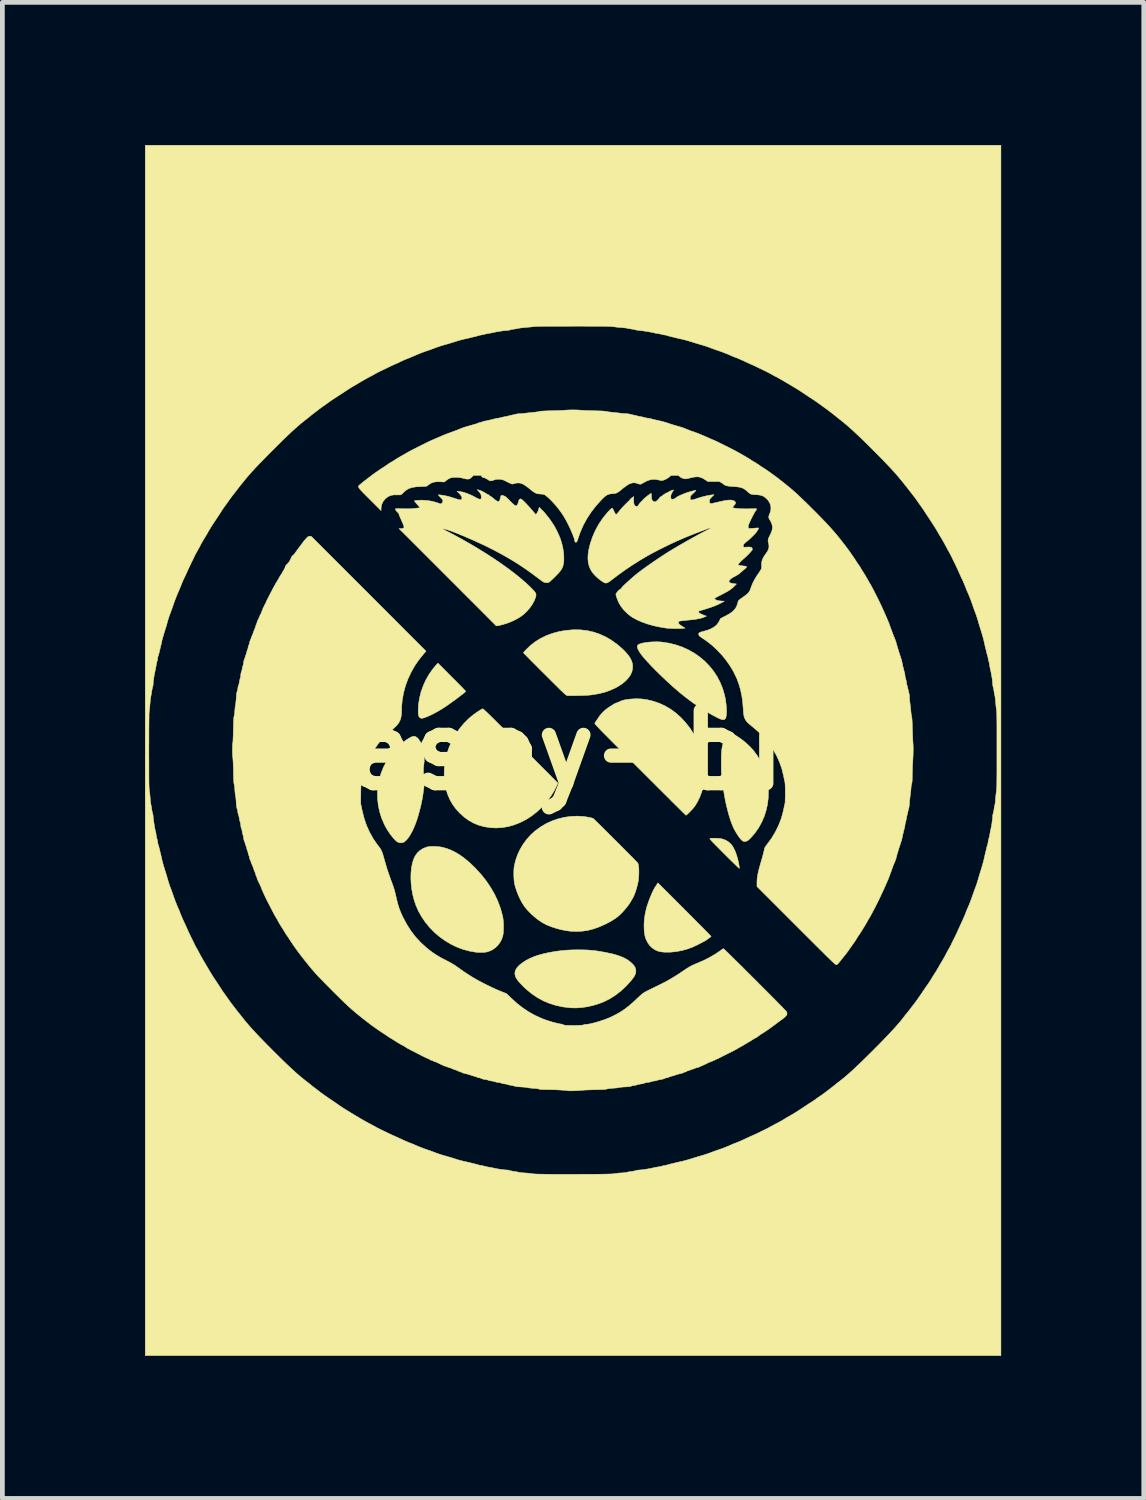
<source format=kicad_pcb>
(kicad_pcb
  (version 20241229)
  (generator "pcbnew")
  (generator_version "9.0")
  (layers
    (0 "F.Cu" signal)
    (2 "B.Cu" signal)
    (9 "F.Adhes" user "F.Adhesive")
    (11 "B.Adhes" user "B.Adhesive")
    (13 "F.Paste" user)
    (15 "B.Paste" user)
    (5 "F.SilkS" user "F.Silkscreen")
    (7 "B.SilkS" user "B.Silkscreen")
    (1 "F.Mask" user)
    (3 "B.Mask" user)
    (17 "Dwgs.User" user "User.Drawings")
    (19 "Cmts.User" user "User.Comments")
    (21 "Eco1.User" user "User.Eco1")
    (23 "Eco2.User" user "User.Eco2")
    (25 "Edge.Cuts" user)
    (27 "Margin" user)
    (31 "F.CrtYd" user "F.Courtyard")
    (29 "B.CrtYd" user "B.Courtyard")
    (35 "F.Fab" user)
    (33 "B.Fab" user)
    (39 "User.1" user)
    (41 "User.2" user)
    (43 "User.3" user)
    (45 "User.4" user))
  (footprint "raspy-bis"
    (layer "F.Cu")
    (at 9.004 12.734)
    (property "Reference" "raspy-bis" (at 0 0 0) (layer "F.SilkS") (effects (font (size 1.524 1.524) (thickness 0.3))))
    (attr through_hole)
    (fp_poly (pts (xy 2.999 1.847) (xy 3.041 1.849) (xy 3.079 1.852) (xy 3.112 1.856) (xy 3.135 1.861) (xy 3.196 1.882) (xy 3.25 1.911) (xy 3.298 1.948) (xy 3.34 1.994) (xy 3.376 2.051) (xy 3.409 2.119) (xy 3.438 2.2) (xy 3.462 2.282) (xy 3.472 2.325) (xy 3.481 2.367) (xy 3.489 2.406) (xy 3.494 2.44) (xy 3.497 2.466) (xy 3.497 2.48) (xy 3.497 2.481) (xy 3.492 2.478) (xy 3.477 2.465) (xy 3.453 2.443) (xy 3.423 2.414) (xy 3.385 2.377) (xy 3.342 2.335) (xy 3.293 2.288) (xy 3.241 2.236) (xy 3.186 2.181) (xy 3.179 2.174) (xy 3.113 2.108) (xy 3.058 2.052) (xy 3.011 2.005) (xy 2.972 1.965) (xy 2.941 1.933) (xy 2.917 1.908) (xy 2.899 1.888) (xy 2.887 1.873) (xy 2.879 1.863) (xy 2.876 1.857) (xy 2.877 1.853) (xy 2.878 1.853) (xy 2.895 1.849) (xy 2.923 1.847) (xy 2.959 1.847) (xy 2.999 1.847)) (stroke (width 0.01) (type solid)) (fill yes) (layer "F.SilkS"))
    (fp_poly (pts (xy -2.55 -1.542) (xy -2.496 -1.488) (xy -2.445 -1.437) (xy -2.399 -1.39) (xy -2.357 -1.348) (xy -2.322 -1.312) (xy -2.293 -1.282) (xy -2.273 -1.26) (xy -2.261 -1.246) (xy -2.258 -1.242) (xy -2.266 -1.233) (xy -2.283 -1.218) (xy -2.31 -1.196) (xy -2.344 -1.169) (xy -2.385 -1.138) (xy -2.429 -1.104) (xy -2.477 -1.068) (xy -2.527 -1.032) (xy -2.576 -0.997) (xy -2.624 -0.962) (xy -2.67 -0.931) (xy -2.7 -0.911) (xy -2.76 -0.872) (xy -2.823 -0.834) (xy -2.886 -0.799) (xy -2.948 -0.766) (xy -3.007 -0.737) (xy -3.062 -0.713) (xy -3.11 -0.694) (xy -3.15 -0.681) (xy -3.181 -0.675) (xy -3.186 -0.675) (xy -3.206 -0.68) (xy -3.226 -0.691) (xy -3.226 -0.691) (xy -3.24 -0.708) (xy -3.25 -0.733) (xy -3.256 -0.767) (xy -3.258 -0.812) (xy -3.258 -0.828) (xy -3.252 -0.962) (xy -3.231 -1.097) (xy -3.198 -1.23) (xy -3.152 -1.36) (xy -3.095 -1.486) (xy -3.026 -1.605) (xy -2.947 -1.717) (xy -2.882 -1.794) (xy -2.843 -1.836) (xy -2.55 -1.542)) (stroke (width 0.01) (type solid)) (fill yes) (layer "F.SilkS"))
    (fp_poly (pts (xy 1.831 -2.282) (xy 1.869 -2.279) (xy 2.017 -2.256) (xy 2.16 -2.221) (xy 2.297 -2.174) (xy 2.426 -2.115) (xy 2.549 -2.046) (xy 2.663 -1.966) (xy 2.769 -1.877) (xy 2.865 -1.778) (xy 2.952 -1.671) (xy 3.028 -1.556) (xy 3.092 -1.433) (xy 3.145 -1.304) (xy 3.185 -1.168) (xy 3.2 -1.099) (xy 3.209 -1.044) (xy 3.217 -0.984) (xy 3.223 -0.923) (xy 3.226 -0.863) (xy 3.228 -0.808) (xy 3.226 -0.762) (xy 3.224 -0.737) (xy 3.215 -0.695) (xy 3.201 -0.666) (xy 3.182 -0.65) (xy 3.154 -0.646) (xy 3.119 -0.653) (xy 3.091 -0.663) (xy 3.057 -0.678) (xy 3.013 -0.7) (xy 2.963 -0.727) (xy 2.907 -0.757) (xy 2.85 -0.79) (xy 2.801 -0.819) (xy 2.661 -0.907) (xy 2.521 -1.002) (xy 2.382 -1.106) (xy 2.242 -1.218) (xy 2.1 -1.34) (xy 1.954 -1.474) (xy 1.831 -1.591) (xy 1.735 -1.686) (xy 1.65 -1.773) (xy 1.577 -1.851) (xy 1.514 -1.921) (xy 1.461 -1.983) (xy 1.419 -2.038) (xy 1.388 -2.086) (xy 1.366 -2.126) (xy 1.354 -2.16) (xy 1.351 -2.188) (xy 1.357 -2.21) (xy 1.366 -2.221) (xy 1.388 -2.234) (xy 1.423 -2.247) (xy 1.467 -2.258) (xy 1.52 -2.268) (xy 1.579 -2.276) (xy 1.642 -2.281) (xy 1.706 -2.284) (xy 1.77 -2.285) (xy 1.831 -2.282)) (stroke (width 0.01) (type solid)) (fill yes) (layer "F.SilkS"))
    (fp_poly (pts (xy 2.343 3.345) (xy 2.418 3.42) (xy 2.49 3.492) (xy 2.558 3.561) (xy 2.622 3.626) (xy 2.681 3.685) (xy 2.735 3.739) (xy 2.782 3.787) (xy 2.823 3.829) (xy 2.856 3.862) (xy 2.881 3.888) (xy 2.896 3.904) (xy 2.903 3.912) (xy 2.903 3.912) (xy 2.897 3.92) (xy 2.887 3.927) (xy 2.872 3.937) (xy 2.852 3.952) (xy 2.838 3.963) (xy 2.816 3.98) (xy 2.787 3.999) (xy 2.755 4.017) (xy 2.751 4.019) (xy 2.72 4.035) (xy 2.682 4.055) (xy 2.643 4.075) (xy 2.627 4.084) (xy 2.519 4.135) (xy 2.405 4.177) (xy 2.285 4.21) (xy 2.164 4.232) (xy 2.044 4.244) (xy 1.927 4.244) (xy 1.861 4.238) (xy 1.79 4.223) (xy 1.724 4.195) (xy 1.664 4.154) (xy 1.611 4.103) (xy 1.568 4.041) (xy 1.533 3.97) (xy 1.532 3.966) (xy 1.52 3.933) (xy 1.512 3.901) (xy 1.505 3.867) (xy 1.5 3.826) (xy 1.495 3.775) (xy 1.495 3.774) (xy 1.492 3.671) (xy 1.498 3.562) (xy 1.514 3.45) (xy 1.538 3.339) (xy 1.552 3.287) (xy 1.573 3.224) (xy 1.596 3.158) (xy 1.621 3.094) (xy 1.647 3.032) (xy 1.672 2.975) (xy 1.696 2.925) (xy 1.719 2.885) (xy 1.736 2.859) (xy 1.749 2.841) (xy 1.763 2.819) (xy 1.767 2.813) (xy 1.783 2.785) (xy 2.343 3.345)) (stroke (width 0.01) (type solid)) (fill yes) (layer "F.SilkS"))
    (fp_poly (pts (xy -3.315 -0.291) (xy -3.281 -0.27) (xy -3.248 -0.235) (xy -3.216 -0.186) (xy -3.2 -0.156) (xy -3.164 -0.065) (xy -3.141 0.032) (xy -3.13 0.133) (xy -3.132 0.237) (xy -3.139 0.295) (xy -3.148 0.382) (xy -3.147 0.463) (xy -3.139 0.533) (xy -3.133 0.57) (xy -3.13 0.605) (xy -3.129 0.643) (xy -3.13 0.685) (xy -3.134 0.736) (xy -3.139 0.789) (xy -3.166 0.985) (xy -3.207 1.183) (xy -3.26 1.38) (xy -3.284 1.457) (xy -3.317 1.547) (xy -3.351 1.631) (xy -3.387 1.707) (xy -3.425 1.775) (xy -3.462 1.833) (xy -3.5 1.879) (xy -3.536 1.914) (xy -3.566 1.933) (xy -3.6 1.943) (xy -3.638 1.944) (xy -3.673 1.936) (xy -3.677 1.934) (xy -3.706 1.917) (xy -3.74 1.887) (xy -3.777 1.848) (xy -3.815 1.802) (xy -3.855 1.749) (xy -3.894 1.691) (xy -3.93 1.631) (xy -3.964 1.569) (xy -3.973 1.549) (xy -4.029 1.419) (xy -4.07 1.285) (xy -4.098 1.15) (xy -4.113 1.013) (xy -4.114 0.877) (xy -4.101 0.742) (xy -4.076 0.608) (xy -4.038 0.478) (xy -3.987 0.351) (xy -3.923 0.229) (xy -3.847 0.112) (xy -3.759 0.003) (xy -3.701 -0.058) (xy -3.653 -0.105) (xy -3.602 -0.148) (xy -3.551 -0.189) (xy -3.502 -0.225) (xy -3.455 -0.254) (xy -3.414 -0.277) (xy -3.379 -0.292) (xy -3.352 -0.298) (xy -3.351 -0.298) (xy -3.315 -0.291)) (stroke (width 0.01) (type solid)) (fill yes) (layer "F.SilkS"))
    (fp_poly (pts (xy -1.9 -0.875) (xy -1.894 -0.872) (xy -1.886 -0.866) (xy -1.874 -0.856) (xy -1.858 -0.842) (xy -1.839 -0.824) (xy -1.814 -0.801) (xy -1.785 -0.773) (xy -1.75 -0.739) (xy -1.709 -0.699) (xy -1.661 -0.652) (xy -1.607 -0.598) (xy -1.545 -0.536) (xy -1.475 -0.467) (xy -1.396 -0.389) (xy -1.309 -0.302) (xy -1.213 -0.206) (xy -1.106 -0.099) (xy -1.103 -0.097) (xy -0.32 0.687) (xy -0.344 0.741) (xy -0.395 0.845) (xy -0.459 0.949) (xy -0.532 1.052) (xy -0.615 1.15) (xy -0.671 1.209) (xy -0.776 1.304) (xy -0.887 1.389) (xy -1.002 1.461) (xy -1.122 1.521) (xy -1.245 1.568) (xy -1.369 1.603) (xy -1.495 1.624) (xy -1.622 1.631) (xy -1.738 1.625) (xy -1.862 1.606) (xy -1.978 1.575) (xy -2.086 1.532) (xy -2.188 1.476) (xy -2.285 1.407) (xy -2.378 1.324) (xy -2.384 1.318) (xy -2.464 1.231) (xy -2.53 1.141) (xy -2.586 1.045) (xy -2.632 0.94) (xy -2.647 0.899) (xy -2.68 0.786) (xy -2.701 0.666) (xy -2.711 0.54) (xy -2.71 0.411) (xy -2.698 0.28) (xy -2.674 0.15) (xy -2.653 0.067) (xy -2.606 -0.071) (xy -2.546 -0.205) (xy -2.474 -0.334) (xy -2.39 -0.455) (xy -2.297 -0.567) (xy -2.194 -0.67) (xy -2.13 -0.725) (xy -2.1 -0.748) (xy -2.066 -0.773) (xy -2.029 -0.799) (xy -1.993 -0.823) (xy -1.96 -0.845) (xy -1.931 -0.862) (xy -1.911 -0.873) (xy -1.903 -0.876) (xy -1.9 -0.875)) (stroke (width 0.01) (type solid)) (fill yes) (layer "F.SilkS"))
    (fp_poly (pts (xy -2.87 2.021) (xy -2.818 2.026) (xy -2.771 2.033) (xy -2.758 2.035) (xy -2.66 2.062) (xy -2.564 2.099) (xy -2.468 2.147) (xy -2.372 2.206) (xy -2.275 2.277) (xy -2.176 2.361) (xy -2.073 2.459) (xy -2.043 2.49) (xy -1.927 2.618) (xy -1.822 2.751) (xy -1.73 2.889) (xy -1.649 3.03) (xy -1.582 3.173) (xy -1.528 3.318) (xy -1.488 3.464) (xy -1.475 3.523) (xy -1.47 3.566) (xy -1.465 3.618) (xy -1.463 3.675) (xy -1.463 3.734) (xy -1.465 3.79) (xy -1.468 3.841) (xy -1.474 3.882) (xy -1.476 3.89) (xy -1.499 3.967) (xy -1.536 4.037) (xy -1.583 4.1) (xy -1.64 4.154) (xy -1.705 4.198) (xy -1.778 4.229) (xy -1.793 4.234) (xy -1.827 4.242) (xy -1.872 4.247) (xy -1.923 4.249) (xy -1.976 4.249) (xy -2.027 4.246) (xy -2.039 4.245) (xy -2.176 4.222) (xy -2.311 4.186) (xy -2.442 4.137) (xy -2.569 4.076) (xy -2.691 4.003) (xy -2.807 3.92) (xy -2.915 3.828) (xy -3.015 3.726) (xy -3.105 3.617) (xy -3.185 3.5) (xy -3.254 3.377) (xy -3.307 3.255) (xy -3.344 3.145) (xy -3.373 3.031) (xy -3.394 2.914) (xy -3.407 2.797) (xy -3.412 2.681) (xy -3.409 2.569) (xy -3.398 2.463) (xy -3.378 2.364) (xy -3.353 2.285) (xy -3.32 2.216) (xy -3.275 2.155) (xy -3.22 2.104) (xy -3.157 2.064) (xy -3.085 2.035) (xy -3.058 2.028) (xy -3.023 2.022) (xy -2.977 2.019) (xy -2.925 2.019) (xy -2.87 2.021)) (stroke (width 0.01) (type solid)) (fill yes) (layer "F.SilkS"))
    (fp_poly (pts (xy 0.204 4.195) (xy 0.3 4.198) (xy 0.392 4.205) (xy 0.483 4.215) (xy 0.578 4.23) (xy 0.681 4.248) (xy 0.722 4.257) (xy 0.833 4.281) (xy 0.931 4.309) (xy 1.017 4.34) (xy 1.092 4.374) (xy 1.157 4.413) (xy 1.214 4.457) (xy 1.258 4.499) (xy 1.29 4.538) (xy 1.31 4.577) (xy 1.319 4.617) (xy 1.321 4.642) (xy 1.318 4.674) (xy 1.309 4.707) (xy 1.292 4.743) (xy 1.266 4.782) (xy 1.231 4.829) (xy 1.218 4.845) (xy 1.118 4.955) (xy 1.011 5.055) (xy 0.897 5.144) (xy 0.779 5.22) (xy 0.657 5.282) (xy 0.655 5.283) (xy 0.543 5.327) (xy 0.425 5.363) (xy 0.303 5.391) (xy 0.181 5.409) (xy 0.062 5.417) (xy -0.05 5.414) (xy -0.058 5.414) (xy -0.212 5.395) (xy -0.359 5.364) (xy -0.498 5.321) (xy -0.63 5.265) (xy -0.757 5.195) (xy -0.877 5.113) (xy -0.991 5.018) (xy -1.037 4.975) (xy -1.091 4.92) (xy -1.135 4.872) (xy -1.169 4.83) (xy -1.194 4.793) (xy -1.211 4.759) (xy -1.213 4.753) (xy -1.224 4.706) (xy -1.222 4.659) (xy -1.206 4.613) (xy -1.176 4.566) (xy -1.132 4.519) (xy -1.073 4.472) (xy -1.069 4.469) (xy -0.995 4.42) (xy -0.916 4.378) (xy -0.83 4.34) (xy -0.734 4.307) (xy -0.628 4.278) (xy -0.51 4.252) (xy -0.497 4.25) (xy -0.375 4.228) (xy -0.26 4.213) (xy -0.146 4.202) (xy -0.029 4.196) (xy 0.098 4.194) (xy 0.098 4.194) (xy 0.204 4.195)) (stroke (width 0.01) (type solid)) (fill yes) (layer "F.SilkS"))
    (fp_poly (pts (xy 3.325 -0.355) (xy 3.333 -0.353) (xy 3.379 -0.335) (xy 3.432 -0.307) (xy 3.489 -0.271) (xy 3.55 -0.228) (xy 3.611 -0.179) (xy 3.67 -0.127) (xy 3.726 -0.073) (xy 3.777 -0.018) (xy 3.795 0.003) (xy 3.877 0.114) (xy 3.946 0.231) (xy 4.003 0.353) (xy 4.048 0.479) (xy 4.081 0.609) (xy 4.101 0.74) (xy 4.109 0.872) (xy 4.105 1.004) (xy 4.089 1.134) (xy 4.06 1.263) (xy 4.02 1.389) (xy 3.967 1.51) (xy 3.903 1.626) (xy 3.826 1.736) (xy 3.747 1.829) (xy 3.712 1.864) (xy 3.684 1.889) (xy 3.659 1.904) (xy 3.635 1.913) (xy 3.61 1.916) (xy 3.607 1.916) (xy 3.588 1.914) (xy 3.572 1.907) (xy 3.553 1.893) (xy 3.544 1.885) (xy 3.521 1.861) (xy 3.494 1.826) (xy 3.465 1.784) (xy 3.435 1.738) (xy 3.407 1.69) (xy 3.382 1.644) (xy 3.379 1.638) (xy 3.346 1.562) (xy 3.313 1.474) (xy 3.282 1.375) (xy 3.252 1.265) (xy 3.223 1.148) (xy 3.197 1.024) (xy 3.176 0.904) (xy 3.162 0.819) (xy 3.15 0.746) (xy 3.141 0.683) (xy 3.133 0.627) (xy 3.127 0.575) (xy 3.123 0.526) (xy 3.12 0.477) (xy 3.118 0.425) (xy 3.117 0.368) (xy 3.117 0.304) (xy 3.117 0.279) (xy 3.117 0.205) (xy 3.118 0.142) (xy 3.119 0.089) (xy 3.122 0.044) (xy 3.125 0.004) (xy 3.13 -0.032) (xy 3.136 -0.068) (xy 3.144 -0.106) (xy 3.155 -0.147) (xy 3.157 -0.156) (xy 3.176 -0.221) (xy 3.195 -0.273) (xy 3.216 -0.312) (xy 3.238 -0.338) (xy 3.263 -0.354) (xy 3.292 -0.359) (xy 3.325 -0.355)) (stroke (width 0.01) (type solid)) (fill yes) (layer "F.SilkS"))
    (fp_poly (pts (xy 0.153 -2.536) (xy 0.291 -2.521) (xy 0.425 -2.491) (xy 0.556 -2.447) (xy 0.682 -2.39) (xy 0.805 -2.318) (xy 0.925 -2.232) (xy 0.977 -2.189) (xy 1.053 -2.121) (xy 1.116 -2.056) (xy 1.167 -1.994) (xy 1.206 -1.935) (xy 1.233 -1.877) (xy 1.249 -1.82) (xy 1.253 -1.787) (xy 1.252 -1.719) (xy 1.236 -1.652) (xy 1.207 -1.587) (xy 1.163 -1.524) (xy 1.107 -1.464) (xy 1.038 -1.406) (xy 0.956 -1.351) (xy 0.882 -1.31) (xy 0.771 -1.261) (xy 0.653 -1.22) (xy 0.525 -1.19) (xy 0.388 -1.168) (xy 0.327 -1.162) (xy 0.296 -1.159) (xy 0.256 -1.157) (xy 0.208 -1.156) (xy 0.154 -1.154) (xy 0.099 -1.153) (xy 0.044 -1.152) (xy -0.008 -1.151) (xy -0.054 -1.151) (xy -0.091 -1.151) (xy -0.117 -1.152) (xy -0.12 -1.153) (xy -0.125 -1.153) (xy -0.131 -1.155) (xy -0.138 -1.159) (xy -0.147 -1.165) (xy -0.158 -1.173) (xy -0.173 -1.186) (xy -0.191 -1.202) (xy -0.214 -1.224) (xy -0.243 -1.251) (xy -0.277 -1.284) (xy -0.317 -1.324) (xy -0.365 -1.372) (xy -0.421 -1.427) (xy -0.485 -1.491) (xy -0.559 -1.565) (xy -0.597 -1.603) (xy -0.664 -1.669) (xy -0.728 -1.733) (xy -0.788 -1.794) (xy -0.843 -1.849) (xy -0.894 -1.9) (xy -0.938 -1.945) (xy -0.976 -1.983) (xy -1.006 -2.014) (xy -1.028 -2.036) (xy -1.041 -2.05) (xy -1.045 -2.054) (xy -1.04 -2.061) (xy -1.028 -2.076) (xy -1.01 -2.096) (xy -0.994 -2.114) (xy -0.901 -2.204) (xy -0.797 -2.285) (xy -0.685 -2.355) (xy -0.564 -2.414) (xy -0.435 -2.462) (xy -0.298 -2.499) (xy -0.155 -2.524) (xy -0.006 -2.537) (xy 0.011 -2.538) (xy 0.153 -2.536)) (stroke (width 0.01) (type solid)) (fill yes) (layer "F.SilkS"))
    (fp_poly (pts (xy 0.218 1.389) (xy 0.338 1.408) (xy 0.37 1.415) (xy 0.398 1.423) (xy 0.419 1.43) (xy 0.425 1.433) (xy 0.433 1.44) (xy 0.45 1.456) (xy 0.475 1.481) (xy 0.508 1.513) (xy 0.548 1.552) (xy 0.593 1.597) (xy 0.643 1.646) (xy 0.697 1.7) (xy 0.754 1.757) (xy 0.813 1.816) (xy 0.873 1.876) (xy 0.934 1.936) (xy 0.994 1.996) (xy 1.052 2.055) (xy 1.108 2.111) (xy 1.161 2.164) (xy 1.209 2.213) (xy 1.253 2.257) (xy 1.29 2.295) (xy 1.32 2.326) (xy 1.343 2.349) (xy 1.356 2.364) (xy 1.36 2.368) (xy 1.37 2.391) (xy 1.377 2.426) (xy 1.382 2.471) (xy 1.384 2.522) (xy 1.384 2.578) (xy 1.382 2.637) (xy 1.377 2.696) (xy 1.37 2.752) (xy 1.364 2.783) (xy 1.351 2.84) (xy 1.335 2.9) (xy 1.316 2.96) (xy 1.296 3.016) (xy 1.276 3.064) (xy 1.257 3.102) (xy 1.254 3.109) (xy 1.235 3.139) (xy 1.217 3.171) (xy 1.201 3.197) (xy 1.201 3.197) (xy 1.185 3.223) (xy 1.164 3.253) (xy 1.143 3.281) (xy 1.143 3.281) (xy 1.087 3.349) (xy 1.036 3.406) (xy 0.986 3.456) (xy 0.935 3.5) (xy 0.88 3.54) (xy 0.819 3.579) (xy 0.749 3.618) (xy 0.686 3.651) (xy 0.56 3.708) (xy 0.438 3.752) (xy 0.317 3.784) (xy 0.196 3.802) (xy 0.073 3.808) (xy -0.055 3.803) (xy -0.062 3.802) (xy -0.154 3.79) (xy -0.252 3.77) (xy -0.351 3.744) (xy -0.447 3.713) (xy -0.535 3.678) (xy -0.584 3.656) (xy -0.66 3.613) (xy -0.738 3.56) (xy -0.816 3.498) (xy -0.89 3.431) (xy -0.957 3.362) (xy -1.015 3.293) (xy -1.026 3.277) (xy -1.071 3.208) (xy -1.113 3.129) (xy -1.153 3.043) (xy -1.187 2.955) (xy -1.215 2.868) (xy -1.23 2.809) (xy -1.238 2.764) (xy -1.243 2.709) (xy -1.246 2.648) (xy -1.247 2.585) (xy -1.246 2.524) (xy -1.242 2.47) (xy -1.238 2.437) (xy -1.211 2.32) (xy -1.171 2.203) (xy -1.119 2.089) (xy -1.055 1.98) (xy -0.981 1.878) (xy -0.898 1.784) (xy -0.892 1.777) (xy -0.791 1.687) (xy -0.682 1.608) (xy -0.566 1.539) (xy -0.443 1.483) (xy -0.315 1.439) (xy -0.184 1.407) (xy -0.051 1.388) (xy 0.084 1.382) (xy 0.218 1.389)) (stroke (width 0.01) (type solid)) (fill yes) (layer "F.SilkS"))
    (fp_poly (pts (xy 1.439 -1.083) (xy 1.561 -1.066) (xy 1.684 -1.036) (xy 1.81 -0.993) (xy 1.811 -0.993) (xy 1.932 -0.938) (xy 2.049 -0.869) (xy 2.16 -0.788) (xy 2.265 -0.695) (xy 2.363 -0.589) (xy 2.455 -0.473) (xy 2.538 -0.345) (xy 2.598 -0.237) (xy 2.655 -0.119) (xy 2.7 -0.004) (xy 2.735 0.111) (xy 2.76 0.231) (xy 2.762 0.243) (xy 2.769 0.298) (xy 2.773 0.363) (xy 2.775 0.433) (xy 2.774 0.503) (xy 2.77 0.57) (xy 2.764 0.629) (xy 2.762 0.641) (xy 2.738 0.761) (xy 2.705 0.875) (xy 2.665 0.982) (xy 2.617 1.081) (xy 2.564 1.168) (xy 2.547 1.191) (xy 2.532 1.21) (xy 2.51 1.235) (xy 2.485 1.262) (xy 2.458 1.289) (xy 2.432 1.315) (xy 2.409 1.338) (xy 2.39 1.354) (xy 2.378 1.363) (xy 2.375 1.364) (xy 2.369 1.359) (xy 2.354 1.344) (xy 2.329 1.32) (xy 2.296 1.288) (xy 2.254 1.246) (xy 2.205 1.198) (xy 2.148 1.141) (xy 2.085 1.079) (xy 2.016 1.009) (xy 1.941 0.935) (xy 1.86 0.854) (xy 1.775 0.77) (xy 1.686 0.68) (xy 1.593 0.588) (xy 1.497 0.492) (xy 1.409 0.404) (xy 1.292 0.287) (xy 1.185 0.18) (xy 1.088 0.083) (xy 1 -0.006) (xy 0.92 -0.086) (xy 0.848 -0.158) (xy 0.784 -0.222) (xy 0.727 -0.28) (xy 0.677 -0.33) (xy 0.634 -0.374) (xy 0.596 -0.412) (xy 0.565 -0.445) (xy 0.538 -0.473) (xy 0.516 -0.497) (xy 0.498 -0.516) (xy 0.484 -0.531) (xy 0.473 -0.544) (xy 0.466 -0.553) (xy 0.461 -0.561) (xy 0.458 -0.566) (xy 0.457 -0.57) (xy 0.457 -0.573) (xy 0.457 -0.574) (xy 0.467 -0.591) (xy 0.481 -0.612) (xy 0.487 -0.62) (xy 0.501 -0.641) (xy 0.52 -0.668) (xy 0.539 -0.697) (xy 0.543 -0.704) (xy 0.572 -0.743) (xy 0.61 -0.786) (xy 0.652 -0.828) (xy 0.696 -0.866) (xy 0.736 -0.896) (xy 0.738 -0.897) (xy 0.766 -0.915) (xy 0.798 -0.936) (xy 0.83 -0.956) (xy 0.832 -0.958) (xy 0.86 -0.975) (xy 0.885 -0.989) (xy 0.905 -0.997) (xy 0.909 -0.998) (xy 0.928 -1.004) (xy 0.954 -1.015) (xy 0.972 -1.023) (xy 1.007 -1.039) (xy 1.042 -1.052) (xy 1.081 -1.062) (xy 1.128 -1.07) (xy 1.185 -1.078) (xy 1.193 -1.079) (xy 1.317 -1.087) (xy 1.439 -1.083)) (stroke (width 0.01) (type solid)) (fill yes) (layer "F.SilkS"))
    (fp_poly (pts (xy -2.005 -5.484) (xy -1.999 -5.482) (xy -1.935 -5.461) (xy -1.871 -5.429) (xy -1.853 -5.417) (xy -1.829 -5.402) (xy -1.809 -5.39) (xy -1.796 -5.385) (xy -1.795 -5.385) (xy -1.784 -5.38) (xy -1.768 -5.368) (xy -1.762 -5.363) (xy -1.746 -5.35) (xy -1.734 -5.342) (xy -1.731 -5.341) (xy -1.722 -5.337) (xy -1.705 -5.325) (xy -1.684 -5.308) (xy -1.682 -5.306) (xy -1.643 -5.273) (xy -1.613 -5.251) (xy -1.59 -5.238) (xy -1.572 -5.235) (xy -1.559 -5.239) (xy -1.55 -5.248) (xy -1.542 -5.264) (xy -1.535 -5.289) (xy -1.53 -5.306) (xy -1.523 -5.338) (xy -1.516 -5.357) (xy -1.505 -5.365) (xy -1.489 -5.365) (xy -1.465 -5.357) (xy -1.462 -5.356) (xy -1.445 -5.35) (xy -1.429 -5.342) (xy -1.413 -5.33) (xy -1.394 -5.314) (xy -1.37 -5.291) (xy -1.339 -5.259) (xy -1.331 -5.251) (xy -1.292 -5.212) (xy -1.261 -5.183) (xy -1.237 -5.163) (xy -1.218 -5.151) (xy -1.203 -5.146) (xy -1.197 -5.145) (xy -1.185 -5.152) (xy -1.171 -5.169) (xy -1.16 -5.193) (xy -1.153 -5.213) (xy -1.143 -5.25) (xy -1.133 -5.274) (xy -1.12 -5.287) (xy -1.105 -5.291) (xy -1.095 -5.288) (xy -1.082 -5.281) (xy -1.065 -5.268) (xy -1.043 -5.246) (xy -1.012 -5.216) (xy -1.001 -5.205) (xy -0.966 -5.168) (xy -0.928 -5.127) (xy -0.892 -5.086) (xy -0.86 -5.05) (xy -0.853 -5.042) (xy -0.83 -5.014) (xy -0.809 -4.99) (xy -0.794 -4.973) (xy -0.785 -4.964) (xy -0.784 -4.964) (xy -0.775 -4.97) (xy -0.762 -4.987) (xy -0.749 -5.01) (xy -0.736 -5.037) (xy -0.726 -5.063) (xy -0.72 -5.086) (xy -0.718 -5.096) (xy -0.715 -5.107) (xy -0.711 -5.109) (xy -0.7 -5.104) (xy -0.687 -5.092) (xy -0.674 -5.078) (xy -0.668 -5.067) (xy -0.668 -5.066) (xy -0.662 -5.059) (xy -0.653 -5.054) (xy -0.642 -5.047) (xy -0.625 -5.029) (xy -0.603 -5.004) (xy -0.576 -4.971) (xy -0.547 -4.935) (xy -0.516 -4.896) (xy -0.486 -4.856) (xy -0.458 -4.817) (xy -0.435 -4.782) (xy -0.399 -4.726) (xy -0.363 -4.661) (xy -0.328 -4.592) (xy -0.297 -4.524) (xy -0.271 -4.461) (xy -0.259 -4.426) (xy -0.233 -4.337) (xy -0.213 -4.246) (xy -0.2 -4.158) (xy -0.194 -4.074) (xy -0.194 -3.996) (xy -0.202 -3.926) (xy -0.211 -3.886) (xy -0.221 -3.856) (xy -0.233 -3.828) (xy -0.249 -3.801) (xy -0.27 -3.772) (xy -0.298 -3.739) (xy -0.334 -3.701) (xy -0.378 -3.656) (xy -0.412 -3.622) (xy -0.444 -3.592) (xy -0.472 -3.566) (xy -0.494 -3.547) (xy -0.509 -3.536) (xy -0.512 -3.534) (xy -0.543 -3.528) (xy -0.579 -3.529) (xy -0.611 -3.537) (xy -0.612 -3.537) (xy -0.628 -3.546) (xy -0.651 -3.561) (xy -0.678 -3.58) (xy -0.689 -3.589) (xy -0.849 -3.709) (xy -1.004 -3.82) (xy -1.159 -3.923) (xy -1.316 -4.02) (xy -1.48 -4.114) (xy -1.653 -4.207) (xy -1.742 -4.252) (xy -1.816 -4.289) (xy -1.894 -4.327) (xy -1.976 -4.365) (xy -2.059 -4.402) (xy -2.142 -4.44) (xy -2.224 -4.475) (xy -2.304 -4.51) (xy -2.381 -4.541) (xy -2.453 -4.571) (xy -2.519 -4.596) (xy -2.579 -4.619) (xy -2.629 -4.636) (xy -2.671 -4.649) (xy -2.701 -4.657) (xy -2.717 -4.659) (xy -2.747 -4.658) (xy -2.703 -4.636) (xy -2.52 -4.541) (xy -2.34 -4.443) (xy -2.164 -4.343) (xy -1.993 -4.241) (xy -1.828 -4.139) (xy -1.669 -4.036) (xy -1.518 -3.933) (xy -1.376 -3.832) (xy -1.244 -3.732) (xy -1.121 -3.634) (xy -1.01 -3.539) (xy -0.912 -3.448) (xy -0.848 -3.383) (xy -0.816 -3.348) (xy -0.795 -3.32) (xy -0.782 -3.294) (xy -0.779 -3.269) (xy -0.782 -3.243) (xy -0.787 -3.224) (xy -0.816 -3.15) (xy -0.857 -3.074) (xy -0.908 -3.001) (xy -0.966 -2.932) (xy -1.03 -2.87) (xy -1.089 -2.824) (xy -1.131 -2.796) (xy -1.182 -2.767) (xy -1.238 -2.738) (xy -1.293 -2.712) (xy -1.344 -2.691) (xy -1.347 -2.69) (xy -1.384 -2.676) (xy -1.428 -2.663) (xy -1.472 -2.649) (xy -1.515 -2.638) (xy -1.552 -2.629) (xy -1.579 -2.623) (xy -1.582 -2.623) (xy -1.615 -2.619) (xy -2.638 -3.643) (xy -3.661 -4.666) (xy -3.622 -4.666) (xy -3.589 -4.669) (xy -3.567 -4.676) (xy -3.557 -4.69) (xy -3.556 -4.7) (xy -3.559 -4.713) (xy -3.567 -4.736) (xy -3.578 -4.767) (xy -3.593 -4.801) (xy -3.595 -4.806) (xy -3.617 -4.857) (xy -3.635 -4.897) (xy -3.647 -4.926) (xy -3.656 -4.947) (xy -3.661 -4.961) (xy -3.663 -4.969) (xy -3.664 -4.974) (xy -3.663 -4.976) (xy -3.667 -4.984) (xy -3.679 -4.998) (xy -3.689 -5.007) (xy -3.711 -5.03) (xy -3.728 -5.053) (xy -3.737 -5.074) (xy -3.737 -5.08) (xy -3.732 -5.083) (xy -3.716 -5.084) (xy -3.689 -5.085) (xy -3.648 -5.085) (xy -3.595 -5.083) (xy -3.59 -5.083) (xy -3.526 -5.082) (xy -3.472 -5.082) (xy -3.424 -5.083) (xy -3.378 -5.086) (xy -3.34 -5.09) (xy -3.302 -5.094) (xy -3.269 -5.098) (xy -3.243 -5.1) (xy -3.228 -5.102) (xy -3.225 -5.102) (xy -3.224 -5.107) (xy -3.232 -5.121) (xy -3.252 -5.145) (xy -3.26 -5.153) (xy -3.292 -5.19) (xy -3.315 -5.216) (xy -3.329 -5.235) (xy -3.336 -5.246) (xy -3.337 -5.251) (xy -3.328 -5.253) (xy -3.309 -5.256) (xy -3.282 -5.259) (xy -3.26 -5.261) (xy -3.188 -5.264) (xy -3.11 -5.26) (xy -3.028 -5.251) (xy -2.949 -5.236) (xy -2.876 -5.216) (xy -2.838 -5.203) (xy -2.811 -5.192) (xy -2.794 -5.187) (xy -2.782 -5.186) (xy -2.773 -5.189) (xy -2.767 -5.193) (xy -2.748 -5.213) (xy -2.739 -5.239) (xy -2.74 -5.261) (xy -2.747 -5.274) (xy -2.762 -5.294) (xy -2.782 -5.316) (xy -2.791 -5.326) (xy -2.811 -5.346) (xy -2.826 -5.363) (xy -2.834 -5.373) (xy -2.835 -5.375) (xy -2.826 -5.376) (xy -2.806 -5.375) (xy -2.777 -5.371) (xy -2.743 -5.366) (xy -2.707 -5.36) (xy -2.671 -5.353) (xy -2.639 -5.346) (xy -2.634 -5.345) (xy -2.598 -5.335) (xy -2.555 -5.322) (xy -2.51 -5.308) (xy -2.479 -5.298) (xy -2.444 -5.287) (xy -2.412 -5.277) (xy -2.387 -5.271) (xy -2.372 -5.269) (xy -2.372 -5.269) (xy -2.352 -5.275) (xy -2.34 -5.292) (xy -2.337 -5.312) (xy -2.342 -5.332) (xy -2.356 -5.357) (xy -2.377 -5.386) (xy -2.402 -5.414) (xy -2.409 -5.42) (xy -2.442 -5.452) (xy -2.396 -5.447) (xy -2.321 -5.434) (xy -2.24 -5.409) (xy -2.156 -5.375) (xy -2.072 -5.333) (xy -2.072 -5.332) (xy -2.026 -5.308) (xy -1.99 -5.291) (xy -1.963 -5.284) (xy -1.946 -5.284) (xy -1.936 -5.293) (xy -1.935 -5.295) (xy -1.931 -5.318) (xy -1.932 -5.347) (xy -1.937 -5.376) (xy -1.941 -5.389) (xy -1.951 -5.407) (xy -1.968 -5.43) (xy -1.986 -5.45) (xy -2.004 -5.47) (xy -2.012 -5.48) (xy -2.012 -5.484) (xy -2.005 -5.484)) (stroke (width 0.01) (type solid)) (fill yes) (layer "F.SilkS"))
    (fp_poly (pts (xy 2.112 -5.474) (xy 2.105 -5.46) (xy 2.092 -5.44) (xy 2.09 -5.437) (xy 2.066 -5.395) (xy 2.055 -5.355) (xy 2.056 -5.313) (xy 2.057 -5.309) (xy 2.061 -5.292) (xy 2.07 -5.285) (xy 2.086 -5.283) (xy 2.119 -5.287) (xy 2.147 -5.301) (xy 2.168 -5.318) (xy 2.186 -5.331) (xy 2.212 -5.346) (xy 2.242 -5.36) (xy 2.248 -5.363) (xy 2.282 -5.377) (xy 2.319 -5.393) (xy 2.35 -5.406) (xy 2.351 -5.406) (xy 2.375 -5.415) (xy 2.405 -5.425) (xy 2.441 -5.436) (xy 2.478 -5.447) (xy 2.513 -5.456) (xy 2.545 -5.464) (xy 2.569 -5.469) (xy 2.583 -5.47) (xy 2.585 -5.47) (xy 2.583 -5.465) (xy 2.572 -5.452) (xy 2.554 -5.433) (xy 2.531 -5.412) (xy 2.504 -5.386) (xy 2.485 -5.368) (xy 2.474 -5.353) (xy 2.468 -5.34) (xy 2.465 -5.326) (xy 2.465 -5.326) (xy 2.463 -5.3) (xy 2.466 -5.282) (xy 2.474 -5.271) (xy 2.49 -5.268) (xy 2.514 -5.271) (xy 2.55 -5.28) (xy 2.596 -5.295) (xy 2.6 -5.297) (xy 2.671 -5.32) (xy 2.743 -5.34) (xy 2.812 -5.356) (xy 2.874 -5.368) (xy 2.917 -5.374) (xy 2.965 -5.379) (xy 2.918 -5.332) (xy 2.896 -5.308) (xy 2.882 -5.291) (xy 2.874 -5.276) (xy 2.87 -5.26) (xy 2.868 -5.249) (xy 2.867 -5.226) (xy 2.871 -5.211) (xy 2.88 -5.2) (xy 2.886 -5.196) (xy 2.892 -5.193) (xy 2.901 -5.192) (xy 2.914 -5.193) (xy 2.934 -5.197) (xy 2.962 -5.203) (xy 3 -5.212) (xy 3.046 -5.223) (xy 3.129 -5.242) (xy 3.199 -5.256) (xy 3.258 -5.264) (xy 3.307 -5.266) (xy 3.346 -5.263) (xy 3.376 -5.254) (xy 3.399 -5.24) (xy 3.402 -5.238) (xy 3.415 -5.22) (xy 3.417 -5.2) (xy 3.406 -5.177) (xy 3.384 -5.151) (xy 3.367 -5.131) (xy 3.358 -5.119) (xy 3.357 -5.111) (xy 3.362 -5.106) (xy 3.377 -5.1) (xy 3.405 -5.095) (xy 3.443 -5.09) (xy 3.489 -5.086) (xy 3.541 -5.083) (xy 3.597 -5.082) (xy 3.655 -5.081) (xy 3.713 -5.082) (xy 3.716 -5.082) (xy 3.765 -5.084) (xy 3.802 -5.084) (xy 3.828 -5.085) (xy 3.845 -5.084) (xy 3.855 -5.082) (xy 3.859 -5.079) (xy 3.861 -5.075) (xy 3.861 -5.074) (xy 3.856 -5.06) (xy 3.843 -5.045) (xy 3.842 -5.043) (xy 3.833 -5.031) (xy 3.819 -5.008) (xy 3.802 -4.977) (xy 3.782 -4.941) (xy 3.762 -4.9) (xy 3.741 -4.859) (xy 3.723 -4.82) (xy 3.707 -4.784) (xy 3.695 -4.755) (xy 3.69 -4.743) (xy 3.683 -4.709) (xy 3.685 -4.685) (xy 3.698 -4.671) (xy 3.702 -4.67) (xy 3.714 -4.669) (xy 3.738 -4.669) (xy 3.77 -4.671) (xy 3.806 -4.674) (xy 3.807 -4.674) (xy 3.842 -4.677) (xy 3.871 -4.679) (xy 3.892 -4.679) (xy 3.901 -4.679) (xy 3.902 -4.679) (xy 3.901 -4.67) (xy 3.894 -4.652) (xy 3.881 -4.629) (xy 3.864 -4.604) (xy 3.848 -4.582) (xy 3.818 -4.548) (xy 3.78 -4.509) (xy 3.736 -4.467) (xy 3.69 -4.425) (xy 3.652 -4.394) (xy 3.62 -4.368) (xy 3.599 -4.348) (xy 3.586 -4.331) (xy 3.58 -4.317) (xy 3.58 -4.302) (xy 3.582 -4.295) (xy 3.586 -4.274) (xy 3.66 -4.277) (xy 3.692 -4.278) (xy 3.72 -4.277) (xy 3.74 -4.275) (xy 3.746 -4.274) (xy 3.763 -4.258) (xy 3.771 -4.237) (xy 3.77 -4.223) (xy 3.762 -4.209) (xy 3.744 -4.187) (xy 3.72 -4.16) (xy 3.691 -4.129) (xy 3.658 -4.096) (xy 3.624 -4.064) (xy 3.591 -4.035) (xy 3.585 -4.029) (xy 3.554 -4.002) (xy 3.526 -3.974) (xy 3.501 -3.948) (xy 3.482 -3.925) (xy 3.471 -3.908) (xy 3.469 -3.902) (xy 3.476 -3.898) (xy 3.494 -3.893) (xy 3.52 -3.888) (xy 3.552 -3.884) (xy 3.586 -3.879) (xy 3.598 -3.878) (xy 3.626 -3.875) (xy 3.643 -3.87) (xy 3.65 -3.863) (xy 3.646 -3.852) (xy 3.63 -3.835) (xy 3.604 -3.811) (xy 3.585 -3.795) (xy 3.557 -3.772) (xy 3.529 -3.747) (xy 3.505 -3.727) (xy 3.504 -3.725) (xy 3.481 -3.707) (xy 3.45 -3.688) (xy 3.418 -3.669) (xy 3.41 -3.665) (xy 3.377 -3.648) (xy 3.345 -3.629) (xy 3.319 -3.61) (xy 3.314 -3.606) (xy 3.295 -3.588) (xy 3.285 -3.574) (xy 3.281 -3.562) (xy 3.282 -3.553) (xy 3.285 -3.538) (xy 3.295 -3.529) (xy 3.313 -3.522) (xy 3.336 -3.516) (xy 3.366 -3.51) (xy 3.389 -3.507) (xy 3.436 -3.501) (xy 3.385 -3.449) (xy 3.358 -3.423) (xy 3.33 -3.4) (xy 3.3 -3.378) (xy 3.265 -3.355) (xy 3.224 -3.331) (xy 3.173 -3.304) (xy 3.112 -3.272) (xy 3.1 -3.266) (xy 3.053 -3.242) (xy 3.019 -3.224) (xy 2.995 -3.21) (xy 2.981 -3.199) (xy 2.977 -3.191) (xy 2.981 -3.183) (xy 2.992 -3.175) (xy 3.01 -3.165) (xy 3.015 -3.162) (xy 3.039 -3.153) (xy 3.072 -3.147) (xy 3.113 -3.143) (xy 3.181 -3.139) (xy 3.126 -3.108) (xy 3.064 -3.076) (xy 2.989 -3.043) (xy 2.9 -3.01) (xy 2.798 -2.977) (xy 2.685 -2.943) (xy 2.683 -2.943) (xy 2.66 -2.935) (xy 2.647 -2.928) (xy 2.642 -2.92) (xy 2.642 -2.913) (xy 2.644 -2.902) (xy 2.653 -2.892) (xy 2.672 -2.881) (xy 2.687 -2.873) (xy 2.717 -2.859) (xy 2.748 -2.845) (xy 2.769 -2.837) (xy 2.805 -2.825) (xy 2.769 -2.809) (xy 2.735 -2.795) (xy 2.697 -2.783) (xy 2.653 -2.773) (xy 2.603 -2.763) (xy 2.544 -2.754) (xy 2.475 -2.746) (xy 2.393 -2.738) (xy 2.378 -2.736) (xy 2.331 -2.731) (xy 2.289 -2.726) (xy 2.256 -2.722) (xy 2.234 -2.717) (xy 2.224 -2.714) (xy 2.214 -2.698) (xy 2.217 -2.678) (xy 2.234 -2.655) (xy 2.265 -2.629) (xy 2.308 -2.601) (xy 2.355 -2.573) (xy 2.322 -2.568) (xy 2.296 -2.565) (xy 2.259 -2.564) (xy 2.214 -2.563) (xy 2.163 -2.563) (xy 2.111 -2.564) (xy 2.06 -2.566) (xy 2.014 -2.568) (xy 1.975 -2.571) (xy 1.956 -2.573) (xy 1.818 -2.596) (xy 1.686 -2.625) (xy 1.562 -2.66) (xy 1.447 -2.701) (xy 1.343 -2.747) (xy 1.251 -2.797) (xy 1.221 -2.817) (xy 1.141 -2.879) (xy 1.068 -2.952) (xy 1.007 -3.032) (xy 0.97 -3.092) (xy 0.956 -3.121) (xy 0.941 -3.156) (xy 0.926 -3.192) (xy 0.914 -3.228) (xy 0.905 -3.258) (xy 0.9 -3.28) (xy 0.9 -3.284) (xy 0.904 -3.296) (xy 0.916 -3.314) (xy 0.932 -3.335) (xy 0.95 -3.356) (xy 0.967 -3.372) (xy 0.979 -3.381) (xy 0.982 -3.382) (xy 0.99 -3.387) (xy 1.004 -3.4) (xy 1.019 -3.416) (xy 1.032 -3.432) (xy 1.035 -3.437) (xy 1.043 -3.447) (xy 1.061 -3.465) (xy 1.086 -3.489) (xy 1.117 -3.517) (xy 1.152 -3.55) (xy 1.189 -3.583) (xy 1.228 -3.617) (xy 1.265 -3.65) (xy 1.299 -3.679) (xy 1.329 -3.704) (xy 1.336 -3.71) (xy 1.393 -3.754) (xy 1.46 -3.804) (xy 1.535 -3.859) (xy 1.617 -3.916) (xy 1.703 -3.976) (xy 1.79 -4.035) (xy 1.878 -4.093) (xy 1.963 -4.148) (xy 2.017 -4.182) (xy 2.082 -4.222) (xy 2.155 -4.265) (xy 2.234 -4.312) (xy 2.317 -4.359) (xy 2.401 -4.408) (xy 2.485 -4.455) (xy 2.567 -4.5) (xy 2.644 -4.542) (xy 2.715 -4.58) (xy 2.777 -4.612) (xy 2.817 -4.632) (xy 2.855 -4.651) (xy 2.88 -4.665) (xy 2.893 -4.675) (xy 2.894 -4.68) (xy 2.887 -4.681) (xy 2.876 -4.678) (xy 2.853 -4.671) (xy 2.819 -4.659) (xy 2.777 -4.643) (xy 2.728 -4.625) (xy 2.673 -4.604) (xy 2.614 -4.581) (xy 2.553 -4.558) (xy 2.492 -4.533) (xy 2.431 -4.509) (xy 2.372 -4.485) (xy 2.318 -4.462) (xy 2.29 -4.45) (xy 2.216 -4.418) (xy 2.134 -4.381) (xy 2.046 -4.34) (xy 1.956 -4.296) (xy 1.866 -4.252) (xy 1.779 -4.208) (xy 1.697 -4.165) (xy 1.623 -4.126) (xy 1.566 -4.094) (xy 1.402 -3.997) (xy 1.24 -3.894) (xy 1.084 -3.789) (xy 0.936 -3.682) (xy 0.856 -3.621) (xy 0.81 -3.586) (xy 0.774 -3.559) (xy 0.745 -3.539) (xy 0.722 -3.527) (xy 0.703 -3.521) (xy 0.686 -3.52) (xy 0.67 -3.523) (xy 0.652 -3.531) (xy 0.647 -3.534) (xy 0.614 -3.554) (xy 0.574 -3.582) (xy 0.532 -3.615) (xy 0.492 -3.65) (xy 0.457 -3.684) (xy 0.453 -3.689) (xy 0.402 -3.75) (xy 0.363 -3.815) (xy 0.335 -3.885) (xy 0.318 -3.96) (xy 0.312 -4.042) (xy 0.316 -4.13) (xy 0.331 -4.227) (xy 0.357 -4.333) (xy 0.363 -4.355) (xy 0.411 -4.496) (xy 0.472 -4.634) (xy 0.545 -4.766) (xy 0.629 -4.89) (xy 0.724 -5.006) (xy 0.754 -5.038) (xy 0.777 -5.061) (xy 0.798 -5.08) (xy 0.813 -5.092) (xy 0.82 -5.095) (xy 0.832 -5.087) (xy 0.844 -5.067) (xy 0.845 -5.064) (xy 0.856 -5.039) (xy 0.87 -5.011) (xy 0.879 -4.994) (xy 0.892 -4.973) (xy 0.9 -4.963) (xy 0.906 -4.962) (xy 0.914 -4.967) (xy 0.916 -4.969) (xy 0.927 -4.981) (xy 0.944 -5) (xy 0.964 -5.024) (xy 0.971 -5.033) (xy 0.994 -5.062) (xy 1.02 -5.092) (xy 1.043 -5.117) (xy 1.046 -5.12) (xy 1.089 -5.165) (xy 1.124 -5.2) (xy 1.15 -5.225) (xy 1.163 -5.236) (xy 1.179 -5.253) (xy 1.195 -5.272) (xy 1.195 -5.272) (xy 1.21 -5.29) (xy 1.231 -5.309) (xy 1.242 -5.317) (xy 1.275 -5.34) (xy 1.274 -5.266) (xy 1.276 -5.219) (xy 1.281 -5.184) (xy 1.291 -5.159) (xy 1.307 -5.143) (xy 1.318 -5.137) (xy 1.341 -5.133) (xy 1.362 -5.142) (xy 1.378 -5.161) (xy 1.379 -5.165) (xy 1.386 -5.177) (xy 1.398 -5.194) (xy 1.417 -5.216) (xy 1.444 -5.244) (xy 1.48 -5.281) (xy 1.496 -5.298) (xy 1.513 -5.313) (xy 1.536 -5.332) (xy 1.562 -5.352) (xy 1.588 -5.372) (xy 1.613 -5.389) (xy 1.631 -5.401) (xy 1.642 -5.406) (xy 1.643 -5.407) (xy 1.645 -5.4) (xy 1.647 -5.383) (xy 1.647 -5.358) (xy 1.647 -5.358) (xy 1.65 -5.312) (xy 1.656 -5.278) (xy 1.669 -5.254) (xy 1.689 -5.239) (xy 1.715 -5.229) (xy 1.727 -5.228) (xy 1.739 -5.233) (xy 1.754 -5.244) (xy 1.774 -5.262) (xy 1.794 -5.282) (xy 1.81 -5.3) (xy 1.818 -5.312) (xy 1.818 -5.312) (xy 1.827 -5.324) (xy 1.843 -5.336) (xy 1.845 -5.337) (xy 1.864 -5.348) (xy 1.888 -5.365) (xy 1.905 -5.378) (xy 1.929 -5.395) (xy 1.953 -5.409) (xy 1.967 -5.415) (xy 1.989 -5.424) (xy 2.009 -5.436) (xy 2.009 -5.436) (xy 2.024 -5.445) (xy 2.046 -5.456) (xy 2.072 -5.467) (xy 2.095 -5.475) (xy 2.111 -5.479) (xy 2.112 -5.479) (xy 2.112 -5.474)) (stroke (width 0.01) (type solid)) (fill yes) (layer "F.SilkS"))
    (fp_poly (pts (xy -4.3 -3.295) (xy -3.093 -2.087) (xy -3.142 -2.032) (xy -3.241 -1.909) (xy -3.33 -1.78) (xy -3.407 -1.644) (xy -3.472 -1.504) (xy -3.525 -1.361) (xy -3.565 -1.215) (xy -3.592 -1.068) (xy -3.606 -0.921) (xy -3.607 -0.858) (xy -3.609 -0.785) (xy -3.615 -0.722) (xy -3.627 -0.667) (xy -3.645 -0.618) (xy -3.672 -0.572) (xy -3.707 -0.527) (xy -3.753 -0.481) (xy -3.81 -0.431) (xy -3.828 -0.416) (xy -3.878 -0.374) (xy -3.931 -0.324) (xy -3.984 -0.27) (xy -4.035 -0.217) (xy -4.078 -0.167) (xy -4.087 -0.156) (xy -4.167 -0.044) (xy -4.241 0.078) (xy -4.308 0.209) (xy -4.365 0.347) (xy -4.413 0.488) (xy -4.428 0.544) (xy -4.439 0.587) (xy -4.447 0.628) (xy -4.454 0.669) (xy -4.459 0.714) (xy -4.462 0.763) (xy -4.464 0.821) (xy -4.465 0.889) (xy -4.466 0.94) (xy -4.467 1.121) (xy -4.436 1.267) (xy -4.396 1.426) (xy -4.345 1.577) (xy -4.281 1.719) (xy -4.206 1.853) (xy -4.12 1.979) (xy -4.095 2.011) (xy -4.07 2.043) (xy -4.05 2.074) (xy -4.033 2.105) (xy -4.017 2.14) (xy -4.003 2.181) (xy -3.988 2.231) (xy -3.974 2.283) (xy -3.91 2.503) (xy -3.834 2.722) (xy -3.817 2.765) (xy -3.797 2.819) (xy -3.778 2.876) (xy -3.76 2.931) (xy -3.747 2.979) (xy -3.744 2.99) (xy -3.733 3.037) (xy -3.721 3.09) (xy -3.709 3.141) (xy -3.7 3.179) (xy -3.68 3.252) (xy -3.658 3.322) (xy -3.63 3.394) (xy -3.596 3.472) (xy -3.582 3.502) (xy -3.502 3.652) (xy -3.413 3.793) (xy -3.313 3.923) (xy -3.202 4.043) (xy -3.081 4.153) (xy -3.012 4.208) (xy -2.959 4.247) (xy -2.909 4.282) (xy -2.858 4.314) (xy -2.803 4.347) (xy -2.741 4.381) (xy -2.668 4.418) (xy -2.658 4.423) (xy -2.57 4.47) (xy -2.496 4.514) (xy -2.442 4.551) (xy -2.295 4.655) (xy -2.143 4.754) (xy -2.086 4.788) (xy -2.029 4.821) (xy -1.961 4.858) (xy -1.886 4.897) (xy -1.807 4.937) (xy -1.727 4.975) (xy -1.649 5.012) (xy -1.577 5.044) (xy -1.525 5.065) (xy -1.399 5.116) (xy -1.305 5.207) (xy -1.184 5.317) (xy -1.062 5.413) (xy -0.937 5.497) (xy -0.806 5.57) (xy -0.669 5.633) (xy -0.648 5.642) (xy -0.578 5.668) (xy -0.503 5.693) (xy -0.427 5.716) (xy -0.353 5.735) (xy -0.286 5.75) (xy -0.238 5.758) (xy -0.217 5.763) (xy -0.203 5.77) (xy -0.2 5.773) (xy -0.192 5.777) (xy -0.172 5.78) (xy -0.141 5.782) (xy -0.103 5.783) (xy -0.059 5.784) (xy -0.012 5.785) (xy 0.037 5.785) (xy 0.084 5.784) (xy 0.127 5.783) (xy 0.165 5.781) (xy 0.195 5.778) (xy 0.214 5.775) (xy 0.221 5.773) (xy 0.237 5.766) (xy 0.261 5.762) (xy 0.272 5.762) (xy 0.306 5.759) (xy 0.352 5.752) (xy 0.406 5.739) (xy 0.467 5.724) (xy 0.531 5.705) (xy 0.597 5.684) (xy 0.662 5.662) (xy 0.724 5.639) (xy 0.78 5.615) (xy 0.788 5.612) (xy 0.893 5.56) (xy 0.991 5.505) (xy 1.084 5.443) (xy 1.176 5.372) (xy 1.269 5.292) (xy 1.332 5.232) (xy 1.368 5.198) (xy 1.405 5.164) (xy 1.439 5.135) (xy 1.468 5.111) (xy 1.487 5.098) (xy 1.509 5.085) (xy 1.542 5.067) (xy 1.582 5.046) (xy 1.628 5.023) (xy 1.676 5) (xy 1.7 4.988) (xy 1.816 4.932) (xy 1.923 4.878) (xy 2.023 4.823) (xy 2.121 4.765) (xy 2.222 4.701) (xy 2.323 4.633) (xy 2.374 4.599) (xy 2.416 4.572) (xy 2.453 4.55) (xy 2.487 4.531) (xy 2.522 4.514) (xy 2.561 4.497) (xy 2.606 4.478) (xy 2.616 4.474) (xy 2.744 4.419) (xy 2.868 4.356) (xy 2.985 4.288) (xy 3.08 4.224) (xy 3.109 4.203) (xy 3.133 4.186) (xy 3.152 4.174) (xy 3.161 4.168) (xy 3.161 4.168) (xy 3.167 4.173) (xy 3.183 4.187) (xy 3.207 4.21) (xy 3.239 4.241) (xy 3.279 4.279) (xy 3.325 4.325) (xy 3.377 4.376) (xy 3.434 4.432) (xy 3.495 4.492) (xy 3.56 4.556) (xy 3.627 4.624) (xy 3.697 4.693) (xy 3.768 4.764) (xy 3.84 4.835) (xy 3.911 4.907) (xy 3.982 4.978) (xy 4.051 5.047) (xy 4.118 5.114) (xy 4.181 5.178) (xy 4.241 5.238) (xy 4.296 5.294) (xy 4.346 5.345) (xy 4.39 5.39) (xy 4.427 5.428) (xy 4.456 5.459) (xy 4.478 5.481) (xy 4.49 5.495) (xy 4.493 5.499) (xy 4.5 5.529) (xy 4.498 5.554) (xy 4.483 5.579) (xy 4.461 5.602) (xy 4.434 5.626) (xy 4.402 5.652) (xy 4.378 5.669) (xy 4.353 5.687) (xy 4.321 5.71) (xy 4.287 5.736) (xy 4.266 5.752) (xy 4.224 5.783) (xy 4.179 5.816) (xy 4.134 5.849) (xy 4.09 5.88) (xy 4.049 5.907) (xy 4.016 5.93) (xy 3.991 5.945) (xy 3.987 5.948) (xy 3.96 5.964) (xy 3.933 5.983) (xy 3.922 5.99) (xy 3.895 6.011) (xy 3.868 6.03) (xy 3.847 6.044) (xy 3.832 6.051) (xy 3.829 6.052) (xy 3.82 6.056) (xy 3.803 6.066) (xy 3.782 6.08) (xy 3.757 6.095) (xy 3.735 6.11) (xy 3.721 6.118) (xy 3.706 6.126) (xy 3.683 6.14) (xy 3.655 6.156) (xy 3.641 6.165) (xy 3.613 6.182) (xy 3.587 6.197) (xy 3.568 6.208) (xy 3.562 6.212) (xy 3.547 6.22) (xy 3.523 6.234) (xy 3.495 6.25) (xy 3.478 6.259) (xy 3.45 6.276) (xy 3.427 6.289) (xy 3.406 6.3) (xy 3.385 6.312) (xy 3.362 6.324) (xy 3.334 6.338) (xy 3.299 6.355) (xy 3.255 6.377) (xy 3.229 6.39) (xy 3.187 6.411) (xy 3.149 6.43) (xy 3.117 6.446) (xy 3.093 6.458) (xy 3.079 6.466) (xy 3.077 6.467) (xy 3.062 6.475) (xy 3.048 6.481) (xy 3.024 6.491) (xy 2.988 6.508) (xy 2.939 6.531) (xy 2.937 6.531) (xy 2.918 6.54) (xy 2.903 6.545) (xy 2.9 6.546) (xy 2.891 6.549) (xy 2.873 6.556) (xy 2.85 6.566) (xy 2.827 6.577) (xy 2.807 6.587) (xy 2.801 6.591) (xy 2.785 6.599) (xy 2.779 6.601) (xy 2.766 6.607) (xy 2.742 6.618) (xy 2.71 6.632) (xy 2.674 6.648) (xy 2.66 6.655) (xy 2.635 6.665) (xy 2.609 6.672) (xy 2.605 6.672) (xy 2.581 6.679) (xy 2.555 6.689) (xy 2.551 6.691) (xy 2.53 6.7) (xy 2.513 6.705) (xy 2.509 6.706) (xy 2.495 6.709) (xy 2.474 6.717) (xy 2.467 6.72) (xy 2.447 6.729) (xy 2.43 6.734) (xy 2.426 6.735) (xy 2.411 6.739) (xy 2.393 6.748) (xy 2.391 6.749) (xy 2.374 6.759) (xy 2.36 6.764) (xy 2.358 6.764) (xy 2.345 6.767) (xy 2.326 6.775) (xy 2.321 6.778) (xy 2.297 6.788) (xy 2.268 6.797) (xy 2.255 6.799) (xy 2.224 6.806) (xy 2.191 6.815) (xy 2.181 6.818) (xy 2.155 6.827) (xy 2.131 6.835) (xy 2.123 6.838) (xy 2.101 6.845) (xy 2.075 6.851) (xy 2.072 6.852) (xy 2.046 6.86) (xy 2.018 6.871) (xy 2.012 6.873) (xy 1.989 6.882) (xy 1.97 6.887) (xy 1.964 6.887) (xy 1.948 6.89) (xy 1.926 6.899) (xy 1.919 6.902) (xy 1.897 6.911) (xy 1.867 6.918) (xy 1.84 6.923) (xy 1.809 6.928) (xy 1.781 6.935) (xy 1.762 6.941) (xy 1.737 6.949) (xy 1.711 6.952) (xy 1.709 6.952) (xy 1.686 6.955) (xy 1.659 6.962) (xy 1.649 6.966) (xy 1.622 6.974) (xy 1.59 6.981) (xy 1.567 6.984) (xy 1.539 6.987) (xy 1.515 6.992) (xy 1.502 6.998) (xy 1.485 7.005) (xy 1.46 7.011) (xy 1.437 7.014) (xy 1.403 7.019) (xy 1.368 7.027) (xy 1.348 7.033) (xy 1.321 7.041) (xy 1.295 7.046) (xy 1.282 7.047) (xy 1.26 7.05) (xy 1.234 7.057) (xy 1.226 7.06) (xy 1.207 7.067) (xy 1.182 7.071) (xy 1.148 7.075) (xy 1.103 7.078) (xy 1.091 7.078) (xy 1.052 7.08) (xy 1.017 7.083) (xy 0.989 7.087) (xy 0.971 7.09) (xy 0.968 7.091) (xy 0.953 7.094) (xy 0.927 7.098) (xy 0.894 7.101) (xy 0.855 7.104) (xy 0.84 7.105) (xy 0.793 7.109) (xy 0.754 7.113) (xy 0.727 7.117) (xy 0.713 7.121) (xy 0.704 7.125) (xy 0.687 7.127) (xy 0.663 7.13) (xy 0.629 7.132) (xy 0.584 7.134) (xy 0.527 7.135) (xy 0.464 7.137) (xy 0.405 7.138) (xy 0.347 7.14) (xy 0.293 7.142) (xy 0.246 7.144) (xy 0.207 7.147) (xy 0.18 7.149) (xy 0.174 7.149) (xy 0.14 7.153) (xy 0.099 7.155) (xy 0.055 7.158) (xy 0.011 7.159) (xy -0.031 7.16) (xy -0.068 7.16) (xy -0.097 7.159) (xy -0.116 7.157) (xy -0.12 7.156) (xy -0.133 7.153) (xy -0.159 7.15) (xy -0.194 7.148) (xy -0.238 7.145) (xy -0.289 7.142) (xy -0.343 7.139) (xy -0.399 7.137) (xy -0.455 7.136) (xy -0.51 7.134) (xy -0.56 7.134) (xy -0.572 7.134) (xy -0.622 7.133) (xy -0.66 7.132) (xy -0.687 7.13) (xy -0.705 7.127) (xy -0.718 7.123) (xy -0.718 7.123) (xy -0.736 7.118) (xy -0.767 7.113) (xy -0.808 7.109) (xy -0.828 7.108) (xy -0.868 7.105) (xy -0.907 7.101) (xy -0.94 7.097) (xy -0.96 7.093) (xy -0.984 7.088) (xy -1.018 7.084) (xy -1.057 7.081) (xy -1.098 7.078) (xy -1.102 7.078) (xy -1.153 7.075) (xy -1.192 7.071) (xy -1.22 7.065) (xy -1.234 7.061) (xy -1.26 7.053) (xy -1.292 7.046) (xy -1.309 7.044) (xy -1.336 7.039) (xy -1.36 7.033) (xy -1.37 7.029) (xy -1.388 7.023) (xy -1.413 7.018) (xy -1.441 7.014) (xy -1.469 7.01) (xy -1.494 7.004) (xy -1.509 6.998) (xy -1.525 6.992) (xy -1.55 6.986) (xy -1.574 6.984) (xy -1.606 6.979) (xy -1.637 6.972) (xy -1.656 6.966) (xy -1.682 6.958) (xy -1.707 6.953) (xy -1.716 6.952) (xy -1.738 6.95) (xy -1.765 6.943) (xy -1.776 6.939) (xy -1.804 6.93) (xy -1.837 6.923) (xy -1.854 6.921) (xy -1.884 6.916) (xy -1.913 6.908) (xy -1.926 6.902) (xy -1.948 6.893) (xy -1.967 6.887) (xy -1.972 6.887) (xy -1.988 6.884) (xy -2.011 6.877) (xy -2.019 6.873) (xy -2.046 6.863) (xy -2.073 6.854) (xy -2.079 6.852) (xy -2.104 6.846) (xy -2.127 6.839) (xy -2.13 6.838) (xy -2.15 6.831) (xy -2.176 6.822) (xy -2.188 6.818) (xy -2.218 6.809) (xy -2.252 6.801) (xy -2.263 6.799) (xy -2.291 6.792) (xy -2.318 6.783) (xy -2.328 6.778) (xy -2.347 6.769) (xy -2.362 6.764) (xy -2.364 6.764) (xy -2.376 6.761) (xy -2.395 6.753) (xy -2.401 6.75) (xy -2.425 6.739) (xy -2.448 6.729) (xy -2.451 6.728) (xy -2.476 6.72) (xy -2.498 6.712) (xy -2.521 6.704) (xy -2.546 6.693) (xy -2.551 6.69) (xy -2.575 6.68) (xy -2.599 6.673) (xy -2.604 6.672) (xy -2.627 6.665) (xy -2.651 6.655) (xy -2.654 6.654) (xy -2.674 6.645) (xy -2.691 6.641) (xy -2.694 6.64) (xy -2.707 6.637) (xy -2.727 6.629) (xy -2.738 6.623) (xy -2.76 6.612) (xy -2.778 6.604) (xy -2.784 6.602) (xy -2.801 6.594) (xy -2.809 6.591) (xy -2.827 6.581) (xy -2.851 6.569) (xy -2.876 6.558) (xy -2.896 6.55) (xy -2.91 6.546) (xy -2.911 6.546) (xy -2.923 6.542) (xy -2.941 6.533) (xy -2.943 6.531) (xy -2.962 6.522) (xy -2.979 6.517) (xy -2.98 6.517) (xy -2.996 6.513) (xy -3.014 6.502) (xy -3.028 6.492) (xy -3.038 6.488) (xy -3.038 6.488) (xy -3.046 6.485) (xy -3.064 6.477) (xy -3.089 6.466) (xy -3.117 6.453) (xy -3.145 6.439) (xy -3.171 6.426) (xy -3.19 6.417) (xy -3.193 6.415) (xy -3.203 6.409) (xy -3.224 6.399) (xy -3.252 6.385) (xy -3.284 6.368) (xy -3.291 6.365) (xy -3.325 6.347) (xy -3.357 6.331) (xy -3.382 6.318) (xy -3.399 6.31) (xy -3.4 6.309) (xy -3.428 6.294) (xy -3.457 6.279) (xy -3.473 6.271) (xy -3.491 6.261) (xy -3.515 6.246) (xy -3.528 6.236) (xy -3.552 6.221) (xy -3.576 6.207) (xy -3.586 6.202) (xy -3.623 6.183) (xy -3.668 6.157) (xy -3.723 6.123) (xy -3.759 6.1) (xy -3.787 6.082) (xy -3.812 6.066) (xy -3.829 6.056) (xy -3.837 6.052) (xy -3.837 6.052) (xy -3.845 6.048) (xy -3.862 6.038) (xy -3.884 6.023) (xy -3.893 6.016) (xy -3.92 5.997) (xy -3.944 5.981) (xy -3.962 5.969) (xy -3.965 5.967) (xy -3.997 5.946) (xy -4.038 5.919) (xy -4.085 5.888) (xy -4.134 5.854) (xy -4.182 5.82) (xy -4.227 5.788) (xy -4.265 5.76) (xy -4.274 5.753) (xy -4.365 5.683) (xy -4.445 5.62) (xy -4.516 5.563) (xy -4.58 5.51) (xy -4.639 5.46) (xy -4.693 5.412) (xy -4.739 5.371) (xy -4.778 5.334) (xy -4.825 5.289) (xy -4.878 5.237) (xy -4.937 5.179) (xy -4.999 5.118) (xy -5.062 5.055) (xy -5.125 4.991) (xy -5.186 4.93) (xy -5.244 4.871) (xy -5.296 4.817) (xy -5.341 4.77) (xy -5.378 4.732) (xy -5.378 4.732) (xy -5.439 4.664) (xy -5.505 4.588) (xy -5.572 4.506) (xy -5.641 4.42) (xy -5.709 4.333) (xy -5.775 4.247) (xy -5.836 4.163) (xy -5.892 4.083) (xy -5.941 4.01) (xy -5.974 3.958) (xy -5.984 3.942) (xy -6 3.919) (xy -6.018 3.893) (xy -6.023 3.886) (xy -6.04 3.863) (xy -6.052 3.843) (xy -6.059 3.832) (xy -6.06 3.83) (xy -6.063 3.822) (xy -6.074 3.805) (xy -6.089 3.78) (xy -6.107 3.751) (xy -6.107 3.751) (xy -6.147 3.689) (xy -6.179 3.637) (xy -6.204 3.591) (xy -6.211 3.578) (xy -6.223 3.555) (xy -6.238 3.53) (xy -6.243 3.522) (xy -6.261 3.493) (xy -6.284 3.451) (xy -6.313 3.397) (xy -6.347 3.331) (xy -6.37 3.287) (xy -6.387 3.254) (xy -6.402 3.224) (xy -6.414 3.201) (xy -6.421 3.188) (xy -6.422 3.186) (xy -6.432 3.168) (xy -6.445 3.141) (xy -6.46 3.109) (xy -6.477 3.075) (xy -6.493 3.04) (xy -6.508 3.009) (xy -6.519 2.983) (xy -6.527 2.966) (xy -6.528 2.961) (xy -6.536 2.941) (xy -6.543 2.928) (xy -6.551 2.913) (xy -6.553 2.904) (xy -6.556 2.894) (xy -6.564 2.874) (xy -6.576 2.847) (xy -6.59 2.815) (xy -6.606 2.783) (xy -6.621 2.752) (xy -6.633 2.727) (xy -6.642 2.707) (xy -6.647 2.69) (xy -6.648 2.687) (xy -6.651 2.673) (xy -6.659 2.653) (xy -6.662 2.647) (xy -6.671 2.627) (xy -6.676 2.611) (xy -6.677 2.608) (xy -6.679 2.595) (xy -6.686 2.574) (xy -6.694 2.555) (xy -6.706 2.526) (xy -6.716 2.499) (xy -6.727 2.468) (xy -6.735 2.444) (xy -6.744 2.421) (xy -6.756 2.396) (xy -6.757 2.393) (xy -6.766 2.374) (xy -6.771 2.36) (xy -6.771 2.357) (xy -6.774 2.346) (xy -6.782 2.326) (xy -6.789 2.311) (xy -6.799 2.287) (xy -6.806 2.265) (xy -6.807 2.255) (xy -6.811 2.233) (xy -6.818 2.214) (xy -6.826 2.193) (xy -6.833 2.168) (xy -6.834 2.162) (xy -6.84 2.133) (xy -6.85 2.105) (xy -6.852 2.101) (xy -6.86 2.079) (xy -6.865 2.059) (xy -6.865 2.055) (xy -6.868 2.038) (xy -6.876 2.017) (xy -6.879 2.012) (xy -6.889 1.986) (xy -6.897 1.958) (xy -6.897 1.956) (xy -6.904 1.932) (xy -6.912 1.913) (xy -6.913 1.91) (xy -6.92 1.895) (xy -6.926 1.87) (xy -6.93 1.841) (xy -6.93 1.841) (xy -6.935 1.81) (xy -6.942 1.782) (xy -6.948 1.762) (xy -6.956 1.736) (xy -6.96 1.71) (xy -6.96 1.707) (xy -6.963 1.683) (xy -6.971 1.656) (xy -6.974 1.648) (xy -6.984 1.619) (xy -6.989 1.587) (xy -6.989 1.579) (xy -6.991 1.551) (xy -6.998 1.522) (xy -7 1.513) (xy -7.008 1.49) (xy -7.015 1.46) (xy -7.019 1.437) (xy -7.025 1.403) (xy -7.034 1.368) (xy -7.04 1.348) (xy -7.048 1.321) (xy -7.053 1.295) (xy -7.054 1.282) (xy -7.057 1.26) (xy -7.064 1.234) (xy -7.068 1.226) (xy -7.074 1.205) (xy -7.079 1.177) (xy -7.083 1.14) (xy -7.085 1.099) (xy -7.088 1.059) (xy -7.091 1.018) (xy -7.096 0.983) (xy -7.1 0.958) (xy -7.105 0.931) (xy -7.109 0.895) (xy -7.113 0.855) (xy -7.115 0.821) (xy -7.118 0.783) (xy -7.121 0.75) (xy -7.126 0.725) (xy -7.129 0.712) (xy -7.132 0.702) (xy -7.135 0.684) (xy -7.137 0.656) (xy -7.139 0.618) (xy -7.141 0.568) (xy -7.143 0.506) (xy -7.144 0.45) (xy -7.145 0.389) (xy -7.147 0.331) (xy -7.149 0.277) (xy -7.151 0.23) (xy -7.154 0.192) (xy -7.156 0.166) (xy -7.157 0.156) (xy -7.161 0.122) (xy -7.164 0.077) (xy -7.165 0.026) (xy -7.165 -0.027) (xy -7.164 -0.079) (xy -7.162 -0.124) (xy -7.158 -0.161) (xy -7.157 -0.164) (xy -7.155 -0.184) (xy -7.153 -0.217) (xy -7.151 -0.259) (xy -7.149 -0.309) (xy -7.147 -0.365) (xy -7.145 -0.425) (xy -7.145 -0.458) (xy -7.143 -0.528) (xy -7.142 -0.585) (xy -7.14 -0.63) (xy -7.138 -0.664) (xy -7.136 -0.689) (xy -7.134 -0.706) (xy -7.131 -0.717) (xy -7.13 -0.719) (xy -7.125 -0.736) (xy -7.12 -0.764) (xy -7.117 -0.802) (xy -7.115 -0.828) (xy -7.112 -0.868) (xy -7.109 -0.907) (xy -7.104 -0.94) (xy -7.1 -0.96) (xy -7.096 -0.984) (xy -7.092 -1.018) (xy -7.088 -1.057) (xy -7.085 -1.098) (xy -7.085 -1.102) (xy -7.082 -1.153) (xy -7.078 -1.192) (xy -7.073 -1.22) (xy -7.068 -1.234) (xy -7.06 -1.26) (xy -7.053 -1.292) (xy -7.051 -1.309) (xy -7.047 -1.336) (xy -7.041 -1.36) (xy -7.036 -1.37) (xy -7.03 -1.387) (xy -7.024 -1.413) (xy -7.019 -1.441) (xy -7.014 -1.471) (xy -7.007 -1.501) (xy -7.001 -1.52) (xy -6.994 -1.545) (xy -6.99 -1.575) (xy -6.989 -1.589) (xy -6.987 -1.616) (xy -6.981 -1.641) (xy -6.977 -1.65) (xy -6.97 -1.669) (xy -6.964 -1.696) (xy -6.96 -1.717) (xy -6.955 -1.744) (xy -6.949 -1.767) (xy -6.945 -1.779) (xy -6.94 -1.794) (xy -6.934 -1.818) (xy -6.93 -1.847) (xy -6.93 -1.849) (xy -6.925 -1.878) (xy -6.92 -1.903) (xy -6.914 -1.919) (xy -6.913 -1.919) (xy -6.905 -1.937) (xy -6.898 -1.961) (xy -6.897 -1.964) (xy -6.89 -1.99) (xy -6.88 -2.016) (xy -6.879 -2.019) (xy -6.87 -2.04) (xy -6.865 -2.059) (xy -6.865 -2.063) (xy -6.862 -2.079) (xy -6.855 -2.102) (xy -6.851 -2.111) (xy -6.842 -2.134) (xy -6.837 -2.155) (xy -6.836 -2.162) (xy -6.833 -2.182) (xy -6.825 -2.203) (xy -6.817 -2.223) (xy -6.809 -2.249) (xy -6.806 -2.264) (xy -6.799 -2.292) (xy -6.79 -2.318) (xy -6.785 -2.329) (xy -6.776 -2.348) (xy -6.771 -2.362) (xy -6.771 -2.364) (xy -6.768 -2.376) (xy -6.76 -2.395) (xy -6.757 -2.401) (xy -6.746 -2.425) (xy -6.736 -2.448) (xy -6.735 -2.451) (xy -6.727 -2.476) (xy -6.719 -2.498) (xy -6.711 -2.521) (xy -6.7 -2.546) (xy -6.698 -2.551) (xy -6.688 -2.576) (xy -6.68 -2.601) (xy -6.679 -2.605) (xy -6.672 -2.63) (xy -6.662 -2.654) (xy -6.661 -2.656) (xy -6.652 -2.676) (xy -6.648 -2.692) (xy -6.648 -2.694) (xy -6.644 -2.709) (xy -6.636 -2.729) (xy -6.633 -2.735) (xy -6.62 -2.76) (xy -6.607 -2.787) (xy -6.595 -2.814) (xy -6.587 -2.835) (xy -6.582 -2.849) (xy -6.582 -2.85) (xy -6.577 -2.861) (xy -6.572 -2.866) (xy -6.563 -2.879) (xy -6.556 -2.898) (xy -6.549 -2.92) (xy -6.539 -2.944) (xy -6.538 -2.946) (xy -6.529 -2.966) (xy -6.524 -2.981) (xy -6.524 -2.983) (xy -6.52 -2.997) (xy -6.51 -3.013) (xy -6.498 -3.033) (xy -6.491 -3.05) (xy -6.484 -3.068) (xy -6.476 -3.078) (xy -6.468 -3.089) (xy -6.466 -3.094) (xy -6.463 -3.104) (xy -6.456 -3.123) (xy -6.445 -3.147) (xy -6.434 -3.171) (xy -6.423 -3.192) (xy -6.422 -3.193) (xy -6.417 -3.203) (xy -6.406 -3.224) (xy -6.392 -3.252) (xy -6.375 -3.285) (xy -6.37 -3.295) (xy -6.332 -3.367) (xy -6.301 -3.428) (xy -6.274 -3.477) (xy -6.252 -3.516) (xy -6.238 -3.538) (xy -6.224 -3.561) (xy -6.211 -3.582) (xy -6.206 -3.591) (xy -6.187 -3.624) (xy -6.174 -3.649) (xy -6.162 -3.668) (xy -6.15 -3.686) (xy -6.142 -3.698) (xy -6.129 -3.718) (xy -6.12 -3.733) (xy -6.118 -3.739) (xy -6.114 -3.747) (xy -6.104 -3.763) (xy -6.09 -3.785) (xy -6.089 -3.787) (xy -6.074 -3.813) (xy -6.062 -3.839) (xy -6.056 -3.857) (xy -6.047 -3.882) (xy -6.032 -3.902) (xy -6.031 -3.903) (xy -6.005 -3.928) (xy -5.986 -3.948) (xy -5.972 -3.967) (xy -5.959 -3.989) (xy -5.953 -4) (xy -5.94 -4.027) (xy -5.929 -4.052) (xy -5.922 -4.068) (xy -5.91 -4.087) (xy -5.894 -4.101) (xy -5.879 -4.114) (xy -5.861 -4.133) (xy -5.853 -4.144) (xy -5.841 -4.162) (xy -5.822 -4.188) (xy -5.799 -4.22) (xy -5.774 -4.253) (xy -5.77 -4.259) (xy -5.744 -4.293) (xy -5.719 -4.327) (xy -5.696 -4.357) (xy -5.679 -4.38) (xy -5.678 -4.383) (xy -5.656 -4.41) (xy -5.63 -4.44) (xy -5.609 -4.463) (xy -5.589 -4.484) (xy -5.574 -4.496) (xy -5.561 -4.501) (xy -5.545 -4.503) (xy -5.54 -4.503) (xy -5.508 -4.503) (xy -4.3 -3.295)) (stroke (width 0.01) (type solid)) (fill yes) (layer "F.SilkS"))
    (fp_poly (pts (xy 0.076 -7.161) (xy 0.138 -7.158) (xy 0.171 -7.155) (xy 0.197 -7.154) (xy 0.236 -7.151) (xy 0.283 -7.149) (xy 0.337 -7.147) (xy 0.395 -7.146) (xy 0.453 -7.144) (xy 0.454 -7.144) (xy 0.529 -7.142) (xy 0.591 -7.14) (xy 0.639 -7.137) (xy 0.673 -7.134) (xy 0.695 -7.131) (xy 0.697 -7.13) (xy 0.717 -7.126) (xy 0.747 -7.121) (xy 0.784 -7.116) (xy 0.82 -7.112) (xy 0.865 -7.108) (xy 0.914 -7.103) (xy 0.96 -7.097) (xy 0.987 -7.094) (xy 1.025 -7.089) (xy 1.064 -7.086) (xy 1.097 -7.083) (xy 1.111 -7.083) (xy 1.144 -7.081) (xy 1.178 -7.076) (xy 1.198 -7.072) (xy 1.227 -7.064) (xy 1.261 -7.056) (xy 1.288 -7.051) (xy 1.316 -7.045) (xy 1.341 -7.038) (xy 1.357 -7.034) (xy 1.375 -7.029) (xy 1.4 -7.024) (xy 1.415 -7.022) (xy 1.445 -7.016) (xy 1.479 -7.009) (xy 1.501 -7.003) (xy 1.529 -6.995) (xy 1.555 -6.99) (xy 1.571 -6.989) (xy 1.591 -6.987) (xy 1.618 -6.981) (xy 1.641 -6.975) (xy 1.67 -6.967) (xy 1.706 -6.958) (xy 1.744 -6.949) (xy 1.756 -6.947) (xy 1.817 -6.933) (xy 1.867 -6.921) (xy 1.91 -6.91) (xy 1.948 -6.899) (xy 1.985 -6.887) (xy 2.025 -6.873) (xy 2.05 -6.865) (xy 2.085 -6.854) (xy 2.125 -6.842) (xy 2.169 -6.829) (xy 2.21 -6.817) (xy 2.245 -6.807) (xy 2.268 -6.801) (xy 2.286 -6.795) (xy 2.313 -6.786) (xy 2.347 -6.773) (xy 2.383 -6.758) (xy 2.388 -6.756) (xy 2.424 -6.742) (xy 2.457 -6.728) (xy 2.484 -6.718) (xy 2.502 -6.712) (xy 2.504 -6.712) (xy 2.515 -6.708) (xy 2.528 -6.704) (xy 2.544 -6.699) (xy 2.567 -6.69) (xy 2.597 -6.679) (xy 2.638 -6.663) (xy 2.65 -6.659) (xy 2.674 -6.649) (xy 2.706 -6.635) (xy 2.746 -6.619) (xy 2.788 -6.6) (xy 2.818 -6.587) (xy 2.858 -6.569) (xy 2.894 -6.553) (xy 2.924 -6.54) (xy 2.945 -6.531) (xy 2.954 -6.528) (xy 2.967 -6.523) (xy 2.99 -6.512) (xy 3.022 -6.497) (xy 3.061 -6.478) (xy 3.106 -6.456) (xy 3.154 -6.432) (xy 3.204 -6.407) (xy 3.253 -6.383) (xy 3.3 -6.359) (xy 3.343 -6.337) (xy 3.38 -6.318) (xy 3.393 -6.311) (xy 3.433 -6.29) (xy 3.478 -6.265) (xy 3.525 -6.239) (xy 3.572 -6.212) (xy 3.617 -6.186) (xy 3.657 -6.162) (xy 3.692 -6.141) (xy 3.718 -6.125) (xy 3.734 -6.115) (xy 3.734 -6.115) (xy 3.75 -6.103) (xy 3.775 -6.088) (xy 3.803 -6.071) (xy 3.81 -6.067) (xy 3.843 -6.047) (xy 3.879 -6.024) (xy 3.911 -6.003) (xy 3.912 -6.002) (xy 3.94 -5.982) (xy 3.969 -5.962) (xy 3.994 -5.947) (xy 3.994 -5.947) (xy 4.017 -5.933) (xy 4.048 -5.912) (xy 4.086 -5.886) (xy 4.129 -5.856) (xy 4.175 -5.823) (xy 4.22 -5.79) (xy 4.263 -5.759) (xy 4.302 -5.73) (xy 4.314 -5.72) (xy 4.34 -5.7) (xy 4.363 -5.682) (xy 4.386 -5.664) (xy 4.41 -5.645) (xy 4.438 -5.622) (xy 4.471 -5.596) (xy 4.513 -5.562) (xy 4.541 -5.539) (xy 4.591 -5.498) (xy 4.649 -5.447) (xy 4.716 -5.387) (xy 4.789 -5.317) (xy 4.87 -5.24) (xy 4.956 -5.156) (xy 5.047 -5.065) (xy 5.106 -5.007) (xy 5.189 -4.922) (xy 5.263 -4.846) (xy 5.329 -4.776) (xy 5.39 -4.71) (xy 5.447 -4.647) (xy 5.501 -4.585) (xy 5.555 -4.521) (xy 5.609 -4.455) (xy 5.665 -4.383) (xy 5.726 -4.305) (xy 5.746 -4.278) (xy 5.769 -4.248) (xy 5.795 -4.211) (xy 5.825 -4.171) (xy 5.854 -4.128) (xy 5.883 -4.087) (xy 5.908 -4.05) (xy 5.929 -4.019) (xy 5.943 -3.996) (xy 5.944 -3.995) (xy 5.962 -3.966) (xy 5.984 -3.933) (xy 6.005 -3.904) (xy 6.024 -3.877) (xy 6.041 -3.851) (xy 6.053 -3.83) (xy 6.054 -3.828) (xy 6.065 -3.808) (xy 6.082 -3.781) (xy 6.1 -3.753) (xy 6.103 -3.748) (xy 6.119 -3.723) (xy 6.14 -3.688) (xy 6.163 -3.65) (xy 6.186 -3.611) (xy 6.19 -3.603) (xy 6.21 -3.568) (xy 6.228 -3.537) (xy 6.243 -3.511) (xy 6.253 -3.494) (xy 6.256 -3.491) (xy 6.263 -3.478) (xy 6.276 -3.453) (xy 6.294 -3.42) (xy 6.315 -3.38) (xy 6.338 -3.335) (xy 6.363 -3.286) (xy 6.388 -3.237) (xy 6.412 -3.188) (xy 6.435 -3.142) (xy 6.455 -3.101) (xy 6.471 -3.067) (xy 6.475 -3.059) (xy 6.495 -3.015) (xy 6.517 -2.966) (xy 6.541 -2.915) (xy 6.564 -2.862) (xy 6.586 -2.811) (xy 6.607 -2.763) (xy 6.625 -2.72) (xy 6.64 -2.685) (xy 6.65 -2.659) (xy 6.655 -2.645) (xy 6.662 -2.624) (xy 6.672 -2.596) (xy 6.683 -2.564) (xy 6.686 -2.558) (xy 6.699 -2.523) (xy 6.713 -2.486) (xy 6.724 -2.455) (xy 6.725 -2.453) (xy 6.735 -2.427) (xy 6.744 -2.404) (xy 6.749 -2.391) (xy 6.764 -2.357) (xy 6.778 -2.321) (xy 6.789 -2.29) (xy 6.796 -2.266) (xy 6.796 -2.264) (xy 6.8 -2.25) (xy 6.807 -2.225) (xy 6.817 -2.191) (xy 6.828 -2.153) (xy 6.841 -2.112) (xy 6.853 -2.072) (xy 6.865 -2.035) (xy 6.874 -2.005) (xy 6.879 -1.992) (xy 6.895 -1.943) (xy 6.907 -1.905) (xy 6.915 -1.875) (xy 6.92 -1.851) (xy 6.92 -1.851) (xy 6.925 -1.821) (xy 6.934 -1.78) (xy 6.947 -1.73) (xy 6.961 -1.674) (xy 6.967 -1.651) (xy 6.975 -1.622) (xy 6.98 -1.596) (xy 6.981 -1.577) (xy 6.983 -1.558) (xy 6.989 -1.532) (xy 6.995 -1.508) (xy 7.004 -1.476) (xy 7.011 -1.442) (xy 7.014 -1.422) (xy 7.018 -1.396) (xy 7.023 -1.374) (xy 7.026 -1.365) (xy 7.031 -1.348) (xy 7.037 -1.323) (xy 7.043 -1.296) (xy 7.051 -1.262) (xy 7.059 -1.228) (xy 7.065 -1.205) (xy 7.071 -1.175) (xy 7.075 -1.14) (xy 7.076 -1.118) (xy 7.077 -1.09) (xy 7.08 -1.053) (xy 7.084 -1.014) (xy 7.087 -0.991) (xy 7.092 -0.948) (xy 7.098 -0.898) (xy 7.103 -0.849) (xy 7.105 -0.824) (xy 7.109 -0.786) (xy 7.114 -0.75) (xy 7.119 -0.721) (xy 7.123 -0.704) (xy 7.126 -0.685) (xy 7.129 -0.654) (xy 7.132 -0.611) (xy 7.134 -0.555) (xy 7.136 -0.484) (xy 7.137 -0.468) (xy 7.138 -0.409) (xy 7.14 -0.348) (xy 7.142 -0.289) (xy 7.145 -0.235) (xy 7.147 -0.191) (xy 7.149 -0.163) (xy 7.152 -0.119) (xy 7.154 -0.071) (xy 7.154 -0.017) (xy 7.153 0.044) (xy 7.151 0.114) (xy 7.147 0.195) (xy 7.142 0.289) (xy 7.141 0.298) (xy 7.139 0.35) (xy 7.137 0.41) (xy 7.135 0.472) (xy 7.134 0.528) (xy 7.134 0.542) (xy 7.133 0.597) (xy 7.132 0.639) (xy 7.129 0.67) (xy 7.125 0.691) (xy 7.123 0.695) (xy 7.118 0.716) (xy 7.113 0.745) (xy 7.109 0.779) (xy 7.108 0.792) (xy 7.105 0.831) (xy 7.1 0.877) (xy 7.095 0.921) (xy 7.093 0.935) (xy 7.088 0.975) (xy 7.083 1.022) (xy 7.078 1.07) (xy 7.076 1.102) (xy 7.073 1.14) (xy 7.068 1.176) (xy 7.064 1.205) (xy 7.059 1.223) (xy 7.051 1.25) (xy 7.044 1.279) (xy 7.043 1.285) (xy 7.038 1.313) (xy 7.03 1.344) (xy 7.028 1.35) (xy 7.021 1.378) (xy 7.015 1.41) (xy 7.014 1.419) (xy 7.009 1.446) (xy 7.001 1.479) (xy 6.995 1.501) (xy 6.988 1.529) (xy 6.983 1.555) (xy 6.981 1.57) (xy 6.979 1.589) (xy 6.974 1.615) (xy 6.967 1.644) (xy 6.956 1.685) (xy 6.945 1.73) (xy 6.935 1.773) (xy 6.926 1.811) (xy 6.921 1.84) (xy 6.92 1.846) (xy 6.915 1.868) (xy 6.905 1.901) (xy 6.892 1.942) (xy 6.877 1.989) (xy 6.866 2.021) (xy 6.858 2.046) (xy 6.847 2.078) (xy 6.836 2.116) (xy 6.824 2.155) (xy 6.813 2.193) (xy 6.804 2.226) (xy 6.798 2.25) (xy 6.796 2.26) (xy 6.79 2.282) (xy 6.78 2.31) (xy 6.765 2.347) (xy 6.749 2.384) (xy 6.742 2.4) (xy 6.734 2.422) (xy 6.73 2.431) (xy 6.707 2.496) (xy 6.688 2.55) (xy 6.672 2.593) (xy 6.658 2.63) (xy 6.647 2.661) (xy 6.636 2.689) (xy 6.625 2.716) (xy 6.613 2.744) (xy 6.6 2.774) (xy 6.584 2.81) (xy 6.572 2.838) (xy 6.539 2.912) (xy 6.502 2.991) (xy 6.464 3.073) (xy 6.425 3.154) (xy 6.386 3.233) (xy 6.348 3.308) (xy 6.312 3.376) (xy 6.28 3.436) (xy 6.253 3.485) (xy 6.25 3.491) (xy 6.231 3.523) (xy 6.212 3.554) (xy 6.197 3.581) (xy 6.191 3.593) (xy 6.172 3.625) (xy 6.149 3.665) (xy 6.122 3.71) (xy 6.093 3.756) (xy 6.066 3.801) (xy 6.041 3.84) (xy 6.021 3.87) (xy 6.018 3.874) (xy 5.996 3.907) (xy 5.973 3.943) (xy 5.953 3.976) (xy 5.95 3.981) (xy 5.93 4.012) (xy 5.908 4.044) (xy 5.889 4.071) (xy 5.889 4.071) (xy 5.872 4.094) (xy 5.851 4.124) (xy 5.827 4.158) (xy 5.809 4.184) (xy 5.785 4.219) (xy 5.758 4.255) (xy 5.733 4.289) (xy 5.718 4.307) (xy 5.696 4.334) (xy 5.669 4.367) (xy 5.641 4.403) (xy 5.617 4.432) (xy 5.592 4.463) (xy 5.574 4.484) (xy 5.561 4.497) (xy 5.55 4.504) (xy 5.54 4.506) (xy 5.535 4.507) (xy 5.531 4.506) (xy 5.526 4.504) (xy 5.519 4.499) (xy 5.51 4.493) (xy 5.498 4.483) (xy 5.483 4.469) (xy 5.464 4.452) (xy 5.441 4.43) (xy 5.414 4.404) (xy 5.381 4.372) (xy 5.342 4.335) (xy 5.298 4.291) (xy 5.247 4.24) (xy 5.189 4.183) (xy 5.123 4.117) (xy 5.05 4.044) (xy 4.968 3.962) (xy 4.877 3.872) (xy 4.776 3.771) (xy 4.69 3.685) (xy 3.868 2.863) (xy 3.868 2.782) (xy 3.869 2.733) (xy 3.873 2.684) (xy 3.881 2.632) (xy 3.892 2.575) (xy 3.907 2.511) (xy 3.927 2.437) (xy 3.951 2.353) (xy 3.951 2.352) (xy 3.967 2.299) (xy 3.982 2.246) (xy 3.995 2.198) (xy 4.006 2.155) (xy 4.014 2.122) (xy 4.018 2.105) (xy 4.023 2.077) (xy 4.029 2.056) (xy 4.037 2.037) (xy 4.049 2.018) (xy 4.067 1.994) (xy 4.08 1.977) (xy 4.175 1.847) (xy 4.256 1.712) (xy 4.324 1.574) (xy 4.379 1.432) (xy 4.419 1.287) (xy 4.431 1.228) (xy 4.439 1.191) (xy 4.446 1.158) (xy 4.452 1.133) (xy 4.456 1.118) (xy 4.457 1.116) (xy 4.458 1.106) (xy 4.46 1.083) (xy 4.461 1.049) (xy 4.462 1.007) (xy 4.463 0.959) (xy 4.463 0.906) (xy 4.463 0.899) (xy 4.463 0.832) (xy 4.462 0.779) (xy 4.461 0.736) (xy 4.459 0.703) (xy 4.457 0.678) (xy 4.454 0.659) (xy 4.453 0.654) (xy 4.447 0.631) (xy 4.44 0.598) (xy 4.432 0.559) (xy 4.424 0.519) (xy 4.423 0.517) (xy 4.39 0.382) (xy 4.342 0.247) (xy 4.282 0.114) (xy 4.209 -0.015) (xy 4.125 -0.14) (xy 4.047 -0.237) (xy 3.98 -0.311) (xy 3.906 -0.384) (xy 3.824 -0.456) (xy 3.766 -0.505) (xy 3.723 -0.54) (xy 3.689 -0.569) (xy 3.664 -0.594) (xy 3.645 -0.616) (xy 3.63 -0.638) (xy 3.618 -0.659) (xy 3.608 -0.681) (xy 3.6 -0.703) (xy 3.594 -0.726) (xy 3.589 -0.755) (xy 3.585 -0.79) (xy 3.581 -0.835) (xy 3.578 -0.883) (xy 3.567 -1.024) (xy 3.548 -1.154) (xy 3.522 -1.277) (xy 3.487 -1.395) (xy 3.444 -1.512) (xy 3.428 -1.547) (xy 3.37 -1.666) (xy 3.298 -1.784) (xy 3.216 -1.9) (xy 3.125 -2.012) (xy 3.025 -2.117) (xy 2.921 -2.213) (xy 2.812 -2.299) (xy 2.754 -2.339) (xy 2.715 -2.365) (xy 2.687 -2.384) (xy 2.668 -2.398) (xy 2.655 -2.41) (xy 2.648 -2.419) (xy 2.645 -2.428) (xy 2.643 -2.439) (xy 2.643 -2.44) (xy 2.643 -2.456) (xy 2.648 -2.468) (xy 2.66 -2.478) (xy 2.68 -2.487) (xy 2.712 -2.497) (xy 2.747 -2.506) (xy 2.827 -2.529) (xy 2.897 -2.557) (xy 2.956 -2.589) (xy 2.975 -2.602) (xy 3.011 -2.631) (xy 3.039 -2.663) (xy 3.065 -2.702) (xy 3.08 -2.731) (xy 3.102 -2.775) (xy 3.196 -2.823) (xy 3.264 -2.859) (xy 3.319 -2.894) (xy 3.364 -2.929) (xy 3.399 -2.966) (xy 3.427 -3.006) (xy 3.448 -3.052) (xy 3.464 -3.104) (xy 3.472 -3.136) (xy 3.477 -3.147) (xy 3.49 -3.161) (xy 3.511 -3.178) (xy 3.542 -3.202) (xy 3.557 -3.212) (xy 3.604 -3.245) (xy 3.641 -3.273) (xy 3.67 -3.297) (xy 3.691 -3.32) (xy 3.708 -3.344) (xy 3.722 -3.371) (xy 3.735 -3.403) (xy 3.744 -3.432) (xy 3.774 -3.509) (xy 3.814 -3.588) (xy 3.864 -3.671) (xy 3.896 -3.718) (xy 3.918 -3.75) (xy 3.937 -3.78) (xy 3.952 -3.805) (xy 3.961 -3.821) (xy 3.962 -3.825) (xy 3.965 -3.843) (xy 3.965 -3.868) (xy 3.964 -3.891) (xy 3.964 -3.94) (xy 3.973 -3.987) (xy 3.991 -4.035) (xy 4.019 -4.087) (xy 4.059 -4.143) (xy 4.061 -4.146) (xy 4.094 -4.197) (xy 4.114 -4.245) (xy 4.121 -4.292) (xy 4.116 -4.341) (xy 4.111 -4.359) (xy 4.103 -4.39) (xy 4.101 -4.417) (xy 4.105 -4.443) (xy 4.116 -4.474) (xy 4.134 -4.511) (xy 4.136 -4.515) (xy 4.162 -4.569) (xy 4.18 -4.615) (xy 4.19 -4.655) (xy 4.193 -4.692) (xy 4.192 -4.712) (xy 4.181 -4.763) (xy 4.159 -4.815) (xy 4.134 -4.855) (xy 4.118 -4.886) (xy 4.116 -4.921) (xy 4.128 -4.96) (xy 4.132 -4.97) (xy 4.154 -5.028) (xy 4.162 -5.088) (xy 4.157 -5.146) (xy 4.137 -5.203) (xy 4.105 -5.256) (xy 4.071 -5.293) (xy 4.037 -5.323) (xy 4.005 -5.345) (xy 3.97 -5.36) (xy 3.93 -5.37) (xy 3.882 -5.376) (xy 3.85 -5.378) (xy 3.805 -5.38) (xy 3.772 -5.384) (xy 3.745 -5.39) (xy 3.723 -5.4) (xy 3.701 -5.416) (xy 3.675 -5.438) (xy 3.663 -5.449) (xy 3.63 -5.478) (xy 3.597 -5.501) (xy 3.563 -5.518) (xy 3.524 -5.531) (xy 3.478 -5.54) (xy 3.422 -5.547) (xy 3.36 -5.551) (xy 3.303 -5.555) (xy 3.258 -5.561) (xy 3.223 -5.568) (xy 3.195 -5.579) (xy 3.171 -5.594) (xy 3.157 -5.606) (xy 3.139 -5.62) (xy 3.116 -5.634) (xy 3.106 -5.64) (xy 3.093 -5.646) (xy 3.08 -5.651) (xy 3.065 -5.654) (xy 3.044 -5.656) (xy 3.016 -5.657) (xy 2.978 -5.657) (xy 2.953 -5.657) (xy 2.832 -5.657) (xy 2.782 -5.691) (xy 2.735 -5.72) (xy 2.692 -5.74) (xy 2.648 -5.752) (xy 2.602 -5.755) (xy 2.549 -5.75) (xy 2.487 -5.737) (xy 2.474 -5.734) (xy 2.438 -5.725) (xy 2.405 -5.718) (xy 2.38 -5.713) (xy 2.365 -5.711) (xy 2.364 -5.711) (xy 2.331 -5.716) (xy 2.294 -5.729) (xy 2.26 -5.747) (xy 2.245 -5.758) (xy 2.215 -5.784) (xy 2.136 -5.784) (xy 2.102 -5.784) (xy 2.078 -5.783) (xy 2.063 -5.78) (xy 2.052 -5.776) (xy 2.042 -5.768) (xy 2.036 -5.763) (xy 2.006 -5.738) (xy 1.969 -5.715) (xy 1.93 -5.695) (xy 1.896 -5.683) (xy 1.894 -5.682) (xy 1.874 -5.678) (xy 1.856 -5.678) (xy 1.835 -5.68) (xy 1.806 -5.687) (xy 1.794 -5.69) (xy 1.731 -5.701) (xy 1.671 -5.701) (xy 1.61 -5.689) (xy 1.547 -5.666) (xy 1.48 -5.63) (xy 1.475 -5.627) (xy 1.448 -5.612) (xy 1.429 -5.602) (xy 1.412 -5.599) (xy 1.393 -5.602) (xy 1.368 -5.609) (xy 1.346 -5.617) (xy 1.305 -5.628) (xy 1.264 -5.629) (xy 1.221 -5.62) (xy 1.175 -5.601) (xy 1.125 -5.57) (xy 1.069 -5.529) (xy 1.039 -5.505) (xy 0.999 -5.471) (xy 0.966 -5.446) (xy 0.939 -5.427) (xy 0.914 -5.415) (xy 0.89 -5.407) (xy 0.862 -5.403) (xy 0.83 -5.4) (xy 0.827 -5.4) (xy 0.789 -5.396) (xy 0.758 -5.39) (xy 0.73 -5.381) (xy 0.703 -5.366) (xy 0.674 -5.345) (xy 0.641 -5.315) (xy 0.602 -5.277) (xy 0.487 -5.151) (xy 0.384 -5.018) (xy 0.293 -4.88) (xy 0.214 -4.736) (xy 0.15 -4.588) (xy 0.112 -4.481) (xy 0.101 -4.447) (xy 0.091 -4.418) (xy 0.082 -4.396) (xy 0.076 -4.385) (xy 0.076 -4.384) (xy 0.062 -4.378) (xy 0.047 -4.381) (xy 0.038 -4.394) (xy 0.036 -4.402) (xy 0.033 -4.424) (xy 0.024 -4.457) (xy 0.009 -4.498) (xy -0.01 -4.547) (xy -0.032 -4.6) (xy -0.057 -4.657) (xy -0.084 -4.715) (xy -0.112 -4.772) (xy -0.14 -4.826) (xy -0.168 -4.876) (xy -0.184 -4.904) (xy -0.239 -4.99) (xy -0.302 -5.076) (xy -0.369 -5.159) (xy -0.438 -5.235) (xy -0.505 -5.302) (xy -0.508 -5.304) (xy -0.542 -5.334) (xy -0.568 -5.356) (xy -0.589 -5.372) (xy -0.607 -5.381) (xy -0.626 -5.387) (xy -0.649 -5.39) (xy -0.677 -5.392) (xy -0.685 -5.393) (xy -0.723 -5.396) (xy -0.755 -5.401) (xy -0.784 -5.411) (xy -0.812 -5.426) (xy -0.844 -5.447) (xy -0.881 -5.476) (xy -0.904 -5.495) (xy -0.966 -5.544) (xy -1.02 -5.581) (xy -1.066 -5.607) (xy -1.092 -5.617) (xy -1.131 -5.625) (xy -1.175 -5.625) (xy -1.218 -5.619) (xy -1.233 -5.614) (xy -1.256 -5.607) (xy -1.275 -5.603) (xy -1.28 -5.602) (xy -1.292 -5.606) (xy -1.314 -5.614) (xy -1.343 -5.628) (xy -1.377 -5.644) (xy -1.391 -5.651) (xy -1.428 -5.67) (xy -1.456 -5.683) (xy -1.478 -5.692) (xy -1.497 -5.697) (xy -1.516 -5.7) (xy -1.539 -5.702) (xy -1.551 -5.703) (xy -1.59 -5.703) (xy -1.62 -5.701) (xy -1.644 -5.695) (xy -1.647 -5.693) (xy -1.685 -5.68) (xy -1.712 -5.672) (xy -1.733 -5.67) (xy -1.752 -5.673) (xy -1.772 -5.683) (xy -1.796 -5.699) (xy -1.803 -5.703) (xy -1.836 -5.722) (xy -1.867 -5.734) (xy -1.877 -5.737) (xy -1.901 -5.742) (xy -1.915 -5.753) (xy -1.922 -5.763) (xy -1.934 -5.784) (xy -2.016 -5.784) (xy -2.097 -5.784) (xy -2.132 -5.748) (xy -2.155 -5.727) (xy -2.178 -5.713) (xy -2.203 -5.707) (xy -2.233 -5.707) (xy -2.271 -5.714) (xy -2.309 -5.723) (xy -2.35 -5.733) (xy -2.386 -5.739) (xy -2.424 -5.743) (xy -2.467 -5.744) (xy -2.517 -5.742) (xy -2.557 -5.737) (xy -2.592 -5.726) (xy -2.626 -5.708) (xy -2.664 -5.681) (xy -2.669 -5.677) (xy -2.71 -5.646) (xy -2.79 -5.65) (xy -2.859 -5.651) (xy -2.917 -5.645) (xy -2.966 -5.631) (xy -3.009 -5.609) (xy -3.042 -5.584) (xy -3.062 -5.569) (xy -3.08 -5.558) (xy -3.086 -5.556) (xy -3.099 -5.555) (xy -3.123 -5.553) (xy -3.156 -5.551) (xy -3.195 -5.55) (xy -3.215 -5.549) (xy -3.292 -5.545) (xy -3.357 -5.536) (xy -3.412 -5.523) (xy -3.46 -5.505) (xy -3.503 -5.48) (xy -3.544 -5.447) (xy -3.562 -5.43) (xy -3.584 -5.409) (xy -3.604 -5.391) (xy -3.618 -5.38) (xy -3.621 -5.378) (xy -3.633 -5.376) (xy -3.656 -5.374) (xy -3.685 -5.375) (xy -3.705 -5.375) (xy -3.773 -5.375) (xy -3.831 -5.364) (xy -3.883 -5.343) (xy -3.929 -5.311) (xy -3.958 -5.283) (xy -3.998 -5.232) (xy -4.024 -5.176) (xy -4.037 -5.118) (xy -4.038 -5.097) (xy -4.039 -5.044) (xy -4.276 -5.281) (xy -4.335 -5.34) (xy -4.384 -5.389) (xy -4.424 -5.43) (xy -4.456 -5.464) (xy -4.48 -5.491) (xy -4.498 -5.513) (xy -4.509 -5.53) (xy -4.514 -5.544) (xy -4.514 -5.555) (xy -4.509 -5.566) (xy -4.501 -5.575) (xy -4.489 -5.586) (xy -4.476 -5.597) (xy -4.452 -5.616) (xy -4.423 -5.64) (xy -4.392 -5.665) (xy -4.38 -5.674) (xy -4.348 -5.698) (xy -4.315 -5.724) (xy -4.286 -5.746) (xy -4.277 -5.753) (xy -4.245 -5.778) (xy -4.206 -5.807) (xy -4.162 -5.838) (xy -4.117 -5.869) (xy -4.074 -5.899) (xy -4.036 -5.925) (xy -4.006 -5.944) (xy -4 -5.948) (xy -3.968 -5.968) (xy -3.933 -5.992) (xy -3.904 -6.012) (xy -3.877 -6.031) (xy -3.851 -6.048) (xy -3.83 -6.061) (xy -3.828 -6.061) (xy -3.808 -6.073) (xy -3.781 -6.089) (xy -3.753 -6.107) (xy -3.748 -6.11) (xy -3.723 -6.127) (xy -3.688 -6.148) (xy -3.65 -6.171) (xy -3.611 -6.193) (xy -3.603 -6.197) (xy -3.568 -6.217) (xy -3.537 -6.235) (xy -3.511 -6.25) (xy -3.494 -6.261) (xy -3.491 -6.263) (xy -3.48 -6.269) (xy -3.457 -6.281) (xy -3.426 -6.298) (xy -3.387 -6.318) (xy -3.343 -6.341) (xy -3.295 -6.365) (xy -3.245 -6.39) (xy -3.196 -6.415) (xy -3.148 -6.439) (xy -3.105 -6.461) (xy -3.067 -6.479) (xy -3.037 -6.494) (xy -3.016 -6.504) (xy -3.015 -6.504) (xy -2.941 -6.537) (xy -2.87 -6.568) (xy -2.805 -6.596) (xy -2.747 -6.621) (xy -2.696 -6.642) (xy -2.656 -6.658) (xy -2.627 -6.669) (xy -2.62 -6.672) (xy -2.569 -6.689) (xy -2.528 -6.704) (xy -2.489 -6.719) (xy -2.449 -6.734) (xy -2.402 -6.753) (xy -2.395 -6.756) (xy -2.358 -6.771) (xy -2.324 -6.784) (xy -2.296 -6.794) (xy -2.277 -6.8) (xy -2.275 -6.801) (xy -2.257 -6.806) (xy -2.229 -6.814) (xy -2.194 -6.824) (xy -2.159 -6.834) (xy -2.124 -6.844) (xy -2.091 -6.854) (xy -2.066 -6.861) (xy -2.05 -6.865) (xy -2.05 -6.865) (xy -2.027 -6.872) (xy -2.007 -6.881) (xy -1.984 -6.89) (xy -1.959 -6.897) (xy -1.956 -6.898) (xy -1.932 -6.903) (xy -1.911 -6.911) (xy -1.909 -6.912) (xy -1.89 -6.919) (xy -1.866 -6.925) (xy -1.855 -6.927) (xy -1.836 -6.93) (xy -1.806 -6.937) (xy -1.769 -6.945) (xy -1.728 -6.955) (xy -1.708 -6.96) (xy -1.668 -6.97) (xy -1.631 -6.978) (xy -1.602 -6.985) (xy -1.581 -6.988) (xy -1.575 -6.989) (xy -1.557 -6.991) (xy -1.532 -6.996) (xy -1.508 -7.003) (xy -1.476 -7.011) (xy -1.442 -7.018) (xy -1.422 -7.022) (xy -1.396 -7.026) (xy -1.373 -7.031) (xy -1.364 -7.034) (xy -1.348 -7.039) (xy -1.323 -7.045) (xy -1.295 -7.051) (xy -1.262 -7.058) (xy -1.228 -7.066) (xy -1.205 -7.072) (xy -1.175 -7.078) (xy -1.14 -7.082) (xy -1.118 -7.083) (xy -1.089 -7.084) (xy -1.053 -7.087) (xy -1.013 -7.091) (xy -0.994 -7.094) (xy -0.954 -7.099) (xy -0.907 -7.104) (xy -0.858 -7.109) (xy -0.827 -7.112) (xy -0.789 -7.116) (xy -0.753 -7.121) (xy -0.723 -7.126) (xy -0.704 -7.13) (xy -0.685 -7.134) (xy -0.653 -7.137) (xy -0.609 -7.139) (xy -0.55 -7.142) (xy -0.478 -7.144) (xy -0.457 -7.144) (xy -0.399 -7.146) (xy -0.341 -7.147) (xy -0.288 -7.149) (xy -0.241 -7.151) (xy -0.202 -7.153) (xy -0.176 -7.155) (xy -0.174 -7.156) (xy -0.121 -7.159) (xy -0.058 -7.162) (xy 0.009 -7.162) (xy 0.076 -7.161)) (stroke (width 0.01) (type solid)) (fill yes) (layer "F.SilkS"))
    (fp_poly (pts (xy 8.999 12.729) (xy -8.999 12.729) (xy -8.999 0) (xy -8.923 0) (xy -8.923 0.125) (xy -8.922 0.237) (xy -8.922 0.335) (xy -8.922 0.422) (xy -8.922 0.498) (xy -8.922 0.564) (xy -8.921 0.621) (xy -8.921 0.669) (xy -8.92 0.71) (xy -8.919 0.745) (xy -8.918 0.774) (xy -8.917 0.798) (xy -8.915 0.818) (xy -8.914 0.836) (xy -8.912 0.852) (xy -8.91 0.864) (xy -8.904 0.907) (xy -8.899 0.956) (xy -8.895 1.002) (xy -8.893 1.023) (xy -8.89 1.061) (xy -8.886 1.097) (xy -8.881 1.128) (xy -8.879 1.141) (xy -8.872 1.172) (xy -8.866 1.208) (xy -8.864 1.228) (xy -8.859 1.261) (xy -8.851 1.297) (xy -8.846 1.315) (xy -8.838 1.346) (xy -8.833 1.379) (xy -8.832 1.395) (xy -8.831 1.415) (xy -8.827 1.446) (xy -8.822 1.484) (xy -8.816 1.526) (xy -8.809 1.57) (xy -8.802 1.613) (xy -8.795 1.651) (xy -8.789 1.682) (xy -8.784 1.703) (xy -8.782 1.707) (xy -8.777 1.724) (xy -8.773 1.75) (xy -8.77 1.772) (xy -8.765 1.806) (xy -8.757 1.843) (xy -8.751 1.864) (xy -8.744 1.891) (xy -8.739 1.916) (xy -8.738 1.931) (xy -8.735 1.949) (xy -8.729 1.974) (xy -8.724 1.99) (xy -8.714 2.02) (xy -8.706 2.052) (xy -8.703 2.065) (xy -8.696 2.094) (xy -8.688 2.127) (xy -8.685 2.141) (xy -8.678 2.166) (xy -8.67 2.2) (xy -8.662 2.236) (xy -8.658 2.253) (xy -8.648 2.299) (xy -8.637 2.342) (xy -8.625 2.388) (xy -8.61 2.439) (xy -8.592 2.498) (xy -8.581 2.533) (xy -8.568 2.575) (xy -8.555 2.617) (xy -8.543 2.656) (xy -8.535 2.687) (xy -8.534 2.689) (xy -8.516 2.751) (xy -8.495 2.816) (xy -8.474 2.877) (xy -8.458 2.917) (xy -8.449 2.941) (xy -8.437 2.974) (xy -8.423 3.014) (xy -8.408 3.057) (xy -8.399 3.083) (xy -8.382 3.132) (xy -8.362 3.185) (xy -8.341 3.237) (xy -8.322 3.283) (xy -8.316 3.297) (xy -8.301 3.331) (xy -8.288 3.36) (xy -8.278 3.383) (xy -8.274 3.395) (xy -8.273 3.397) (xy -8.27 3.407) (xy -8.263 3.427) (xy -8.251 3.455) (xy -8.237 3.489) (xy -8.222 3.524) (xy -8.206 3.56) (xy -8.192 3.592) (xy -8.18 3.618) (xy -8.165 3.649) (xy -8.147 3.688) (xy -8.128 3.729) (xy -8.115 3.759) (xy -8.099 3.795) (xy -8.078 3.84) (xy -8.055 3.888) (xy -8.032 3.936) (xy -8.02 3.961) (xy -8.001 3.999) (xy -7.985 4.032) (xy -7.972 4.058) (xy -7.964 4.076) (xy -7.961 4.083) (xy -7.958 4.09) (xy -7.948 4.107) (xy -7.935 4.133) (xy -7.918 4.163) (xy -7.914 4.169) (xy -7.896 4.201) (xy -7.882 4.227) (xy -7.872 4.246) (xy -7.867 4.255) (xy -7.867 4.255) (xy -7.863 4.262) (xy -7.854 4.28) (xy -7.841 4.304) (xy -7.825 4.333) (xy -7.81 4.359) (xy -7.795 4.385) (xy -7.779 4.414) (xy -7.76 4.447) (xy -7.737 4.485) (xy -7.71 4.531) (xy -7.677 4.587) (xy -7.655 4.624) (xy -7.618 4.686) (xy -7.577 4.751) (xy -7.529 4.824) (xy -7.49 4.883) (xy -7.465 4.921) (xy -7.44 4.959) (xy -7.418 4.993) (xy -7.4 5.02) (xy -7.393 5.032) (xy -7.376 5.058) (xy -7.353 5.09) (xy -7.33 5.123) (xy -7.319 5.138) (xy -7.296 5.17) (xy -7.271 5.205) (xy -7.25 5.236) (xy -7.242 5.247) (xy -7.222 5.276) (xy -7.197 5.31) (xy -7.173 5.341) (xy -7.17 5.345) (xy -7.147 5.375) (xy -7.122 5.407) (xy -7.1 5.436) (xy -7.098 5.439) (xy -7.076 5.468) (xy -7.051 5.5) (xy -7.033 5.522) (xy -7.01 5.549) (xy -6.986 5.58) (xy -6.97 5.6) (xy -6.926 5.656) (xy -6.877 5.717) (xy -6.821 5.782) (xy -6.759 5.852) (xy -6.689 5.928) (xy -6.611 6.011) (xy -6.524 6.101) (xy -6.428 6.199) (xy -6.322 6.306) (xy -6.321 6.307) (xy -6.217 6.41) (xy -6.122 6.504) (xy -6.035 6.588) (xy -5.955 6.664) (xy -5.881 6.732) (xy -5.813 6.794) (xy -5.749 6.849) (xy -5.688 6.899) (xy -5.631 6.945) (xy -5.607 6.963) (xy -5.58 6.984) (xy -5.549 7.009) (xy -5.529 7.025) (xy -5.502 7.048) (xy -5.47 7.073) (xy -5.446 7.091) (xy -5.419 7.112) (xy -5.386 7.136) (xy -5.356 7.16) (xy -5.354 7.162) (xy -5.32 7.188) (xy -5.276 7.22) (xy -5.226 7.256) (xy -5.172 7.293) (xy -5.117 7.331) (xy -5.076 7.358) (xy -5.04 7.383) (xy -4.999 7.411) (xy -4.96 7.438) (xy -4.948 7.447) (xy -4.909 7.474) (xy -4.86 7.506) (xy -4.802 7.544) (xy -4.736 7.584) (xy -4.665 7.628) (xy -4.641 7.642) (xy -4.579 7.68) (xy -4.527 7.71) (xy -4.485 7.736) (xy -4.449 7.757) (xy -4.42 7.774) (xy -4.393 7.789) (xy -4.369 7.803) (xy -4.345 7.816) (xy -4.32 7.829) (xy -4.291 7.845) (xy -4.258 7.862) (xy -4.223 7.881) (xy -4.19 7.899) (xy -4.162 7.914) (xy -4.145 7.924) (xy -4.119 7.938) (xy -4.088 7.954) (xy -4.068 7.964) (xy -4.044 7.976) (xy -4.011 7.992) (xy -3.974 8.01) (xy -3.941 8.026) (xy -3.898 8.047) (xy -3.849 8.07) (xy -3.801 8.092) (xy -3.77 8.106) (xy -3.73 8.124) (xy -3.689 8.142) (xy -3.651 8.16) (xy -3.625 8.172) (xy -3.597 8.185) (xy -3.564 8.2) (xy -3.529 8.216) (xy -3.493 8.231) (xy -3.46 8.245) (xy -3.432 8.256) (xy -3.413 8.263) (xy -3.404 8.266) (xy -3.396 8.269) (xy -3.377 8.277) (xy -3.35 8.288) (xy -3.317 8.303) (xy -3.304 8.309) (xy -3.262 8.327) (xy -3.212 8.347) (xy -3.159 8.367) (xy -3.108 8.386) (xy -3.091 8.392) (xy -3.047 8.407) (xy -3.005 8.421) (xy -2.967 8.435) (xy -2.937 8.446) (xy -2.925 8.451) (xy -2.87 8.472) (xy -2.807 8.493) (xy -2.743 8.514) (xy -2.696 8.527) (xy -2.644 8.542) (xy -2.592 8.557) (xy -2.542 8.572) (xy -2.5 8.585) (xy -2.478 8.593) (xy -2.43 8.608) (xy -2.37 8.625) (xy -2.304 8.641) (xy -2.261 8.651) (xy -2.224 8.659) (xy -2.189 8.667) (xy -2.159 8.675) (xy -2.148 8.677) (xy -2.117 8.685) (xy -2.085 8.693) (xy -2.072 8.696) (xy -2.043 8.702) (xy -2.011 8.712) (xy -1.994 8.717) (xy -1.968 8.724) (xy -1.946 8.729) (xy -1.936 8.73) (xy -1.921 8.732) (xy -1.897 8.737) (xy -1.869 8.744) (xy -1.869 8.744) (xy -1.834 8.753) (xy -1.797 8.761) (xy -1.771 8.766) (xy -1.736 8.772) (xy -1.698 8.779) (xy -1.676 8.784) (xy -1.637 8.792) (xy -1.592 8.801) (xy -1.544 8.809) (xy -1.497 8.815) (xy -1.454 8.821) (xy -1.42 8.824) (xy -1.403 8.825) (xy -1.373 8.827) (xy -1.344 8.832) (xy -1.332 8.836) (xy -1.31 8.842) (xy -1.28 8.849) (xy -1.248 8.854) (xy -1.245 8.854) (xy -1.21 8.859) (xy -1.175 8.866) (xy -1.147 8.872) (xy -1.147 8.872) (xy -1.123 8.876) (xy -1.089 8.881) (xy -1.051 8.885) (xy -1.023 8.887) (xy -0.985 8.889) (xy -0.946 8.893) (xy -0.913 8.896) (xy -0.896 8.899) (xy -0.877 8.902) (xy -0.854 8.904) (xy -0.828 8.907) (xy -0.796 8.909) (xy -0.758 8.911) (xy -0.714 8.912) (xy -0.662 8.913) (xy -0.602 8.914) (xy -0.533 8.915) (xy -0.454 8.916) (xy -0.364 8.916) (xy -0.263 8.916) (xy -0.149 8.916) (xy -0.022 8.916) (xy 0.076 8.916) (xy 0.198 8.915) (xy 0.306 8.915) (xy 0.401 8.915) (xy 0.484 8.914) (xy 0.557 8.914) (xy 0.619 8.913) (xy 0.672 8.912) (xy 0.717 8.911) (xy 0.754 8.91) (xy 0.785 8.909) (xy 0.811 8.908) (xy 0.831 8.907) (xy 0.848 8.905) (xy 0.862 8.903) (xy 0.864 8.903) (xy 0.901 8.898) (xy 0.946 8.892) (xy 0.992 8.888) (xy 1.019 8.887) (xy 1.056 8.884) (xy 1.092 8.88) (xy 1.121 8.875) (xy 1.138 8.872) (xy 1.163 8.866) (xy 1.195 8.86) (xy 1.222 8.857) (xy 1.257 8.852) (xy 1.293 8.845) (xy 1.316 8.838) (xy 1.348 8.831) (xy 1.381 8.826) (xy 1.398 8.825) (xy 1.427 8.823) (xy 1.467 8.819) (xy 1.514 8.812) (xy 1.566 8.804) (xy 1.62 8.794) (xy 1.673 8.783) (xy 1.699 8.777) (xy 1.733 8.77) (xy 1.764 8.764) (xy 1.787 8.76) (xy 1.797 8.759) (xy 1.815 8.757) (xy 1.841 8.751) (xy 1.864 8.745) (xy 1.891 8.737) (xy 1.914 8.732) (xy 1.927 8.73) (xy 1.944 8.728) (xy 1.968 8.722) (xy 1.987 8.717) (xy 2.017 8.708) (xy 2.049 8.699) (xy 2.065 8.696) (xy 2.094 8.689) (xy 2.127 8.681) (xy 2.141 8.677) (xy 2.166 8.671) (xy 2.2 8.663) (xy 2.236 8.655) (xy 2.253 8.651) (xy 2.299 8.641) (xy 2.342 8.63) (xy 2.388 8.618) (xy 2.439 8.603) (xy 2.498 8.585) (xy 2.533 8.574) (xy 2.575 8.561) (xy 2.617 8.548) (xy 2.656 8.536) (xy 2.687 8.528) (xy 2.689 8.527) (xy 2.751 8.509) (xy 2.816 8.488) (xy 2.877 8.466) (xy 2.917 8.451) (xy 2.941 8.442) (xy 2.974 8.43) (xy 3.014 8.416) (xy 3.057 8.401) (xy 3.083 8.392) (xy 3.132 8.375) (xy 3.185 8.355) (xy 3.237 8.334) (xy 3.283 8.315) (xy 3.297 8.309) (xy 3.331 8.293) (xy 3.36 8.281) (xy 3.383 8.271) (xy 3.395 8.266) (xy 3.397 8.266) (xy 3.407 8.263) (xy 3.427 8.255) (xy 3.455 8.244) (xy 3.489 8.23) (xy 3.524 8.215) (xy 3.56 8.199) (xy 3.592 8.184) (xy 3.618 8.172) (xy 3.648 8.158) (xy 3.687 8.14) (xy 3.728 8.121) (xy 3.763 8.106) (xy 3.807 8.086) (xy 3.856 8.064) (xy 3.904 8.041) (xy 3.933 8.026) (xy 3.97 8.008) (xy 4.007 7.99) (xy 4.039 7.975) (xy 4.06 7.964) (xy 4.09 7.95) (xy 4.12 7.934) (xy 4.138 7.924) (xy 4.158 7.912) (xy 4.187 7.896) (xy 4.221 7.878) (xy 4.25 7.862) (xy 4.301 7.836) (xy 4.342 7.814) (xy 4.375 7.796) (xy 4.403 7.78) (xy 4.429 7.764) (xy 4.455 7.748) (xy 4.465 7.742) (xy 4.5 7.721) (xy 4.539 7.698) (xy 4.574 7.678) (xy 4.578 7.676) (xy 4.609 7.658) (xy 4.645 7.637) (xy 4.686 7.611) (xy 4.734 7.581) (xy 4.79 7.544) (xy 4.856 7.5) (xy 4.878 7.486) (xy 4.917 7.46) (xy 4.956 7.434) (xy 4.991 7.412) (xy 5.02 7.393) (xy 5.034 7.384) (xy 5.064 7.365) (xy 5.095 7.343) (xy 5.118 7.326) (xy 5.14 7.31) (xy 5.17 7.289) (xy 5.203 7.266) (xy 5.225 7.251) (xy 5.26 7.227) (xy 5.296 7.2) (xy 5.329 7.175) (xy 5.345 7.163) (xy 5.375 7.14) (xy 5.407 7.115) (xy 5.436 7.093) (xy 5.439 7.091) (xy 5.468 7.068) (xy 5.5 7.044) (xy 5.522 7.025) (xy 5.549 7.003) (xy 5.58 6.979) (xy 5.6 6.963) (xy 5.653 6.922) (xy 5.708 6.877) (xy 5.768 6.826) (xy 5.831 6.77) (xy 5.9 6.708) (xy 5.974 6.638) (xy 6.056 6.56) (xy 6.145 6.473) (xy 6.242 6.377) (xy 6.31 6.31) (xy 6.413 6.206) (xy 6.507 6.11) (xy 6.591 6.023) (xy 6.667 5.943) (xy 6.735 5.87) (xy 6.796 5.802) (xy 6.851 5.739) (xy 6.9 5.681) (xy 6.944 5.625) (xy 6.963 5.6) (xy 6.984 5.572) (xy 7.009 5.542) (xy 7.025 5.522) (xy 7.048 5.494) (xy 7.073 5.463) (xy 7.091 5.439) (xy 7.111 5.412) (xy 7.136 5.379) (xy 7.16 5.349) (xy 7.162 5.346) (xy 7.189 5.312) (xy 7.221 5.268) (xy 7.258 5.216) (xy 7.297 5.16) (xy 7.337 5.101) (xy 7.358 5.069) (xy 7.383 5.033) (xy 7.411 4.992) (xy 7.438 4.953) (xy 7.447 4.941) (xy 7.468 4.911) (xy 7.493 4.873) (xy 7.52 4.831) (xy 7.546 4.79) (xy 7.553 4.777) (xy 7.574 4.743) (xy 7.594 4.712) (xy 7.609 4.687) (xy 7.62 4.671) (xy 7.623 4.666) (xy 7.631 4.656) (xy 7.643 4.635) (xy 7.658 4.609) (xy 7.67 4.588) (xy 7.691 4.552) (xy 7.715 4.509) (xy 7.74 4.468) (xy 7.753 4.446) (xy 7.775 4.409) (xy 7.798 4.369) (xy 7.819 4.331) (xy 7.83 4.311) (xy 7.847 4.279) (xy 7.868 4.239) (xy 7.89 4.198) (xy 7.908 4.167) (xy 7.925 4.137) (xy 7.939 4.111) (xy 7.949 4.092) (xy 7.954 4.082) (xy 7.954 4.082) (xy 7.957 4.075) (xy 7.965 4.056) (xy 7.978 4.029) (xy 7.995 3.996) (xy 8.011 3.964) (xy 8.034 3.918) (xy 8.057 3.869) (xy 8.08 3.821) (xy 8.099 3.779) (xy 8.106 3.762) (xy 8.124 3.723) (xy 8.143 3.681) (xy 8.16 3.644) (xy 8.172 3.618) (xy 8.185 3.59) (xy 8.2 3.557) (xy 8.216 3.521) (xy 8.231 3.486) (xy 8.245 3.453) (xy 8.256 3.425) (xy 8.263 3.406) (xy 8.266 3.397) (xy 8.269 3.389) (xy 8.277 3.37) (xy 8.288 3.342) (xy 8.303 3.31) (xy 8.309 3.296) (xy 8.327 3.254) (xy 8.347 3.204) (xy 8.368 3.151) (xy 8.386 3.1) (xy 8.392 3.083) (xy 8.407 3.04) (xy 8.422 2.997) (xy 8.435 2.96) (xy 8.446 2.93) (xy 8.451 2.917) (xy 8.472 2.862) (xy 8.494 2.798) (xy 8.514 2.733) (xy 8.527 2.689) (xy 8.535 2.659) (xy 8.547 2.621) (xy 8.56 2.578) (xy 8.573 2.536) (xy 8.574 2.533) (xy 8.594 2.468) (xy 8.61 2.413) (xy 8.624 2.365) (xy 8.635 2.321) (xy 8.646 2.277) (xy 8.651 2.253) (xy 8.659 2.217) (xy 8.667 2.181) (xy 8.675 2.151) (xy 8.677 2.141) (xy 8.685 2.11) (xy 8.693 2.078) (xy 8.696 2.065) (xy 8.702 2.036) (xy 8.712 2.004) (xy 8.717 1.987) (xy 8.724 1.961) (xy 8.729 1.937) (xy 8.73 1.925) (xy 8.732 1.908) (xy 8.738 1.883) (xy 8.744 1.858) (xy 8.753 1.824) (xy 8.762 1.787) (xy 8.766 1.763) (xy 8.772 1.729) (xy 8.779 1.691) (xy 8.784 1.669) (xy 8.792 1.63) (xy 8.801 1.585) (xy 8.809 1.537) (xy 8.815 1.489) (xy 8.821 1.447) (xy 8.824 1.413) (xy 8.825 1.395) (xy 8.827 1.366) (xy 8.832 1.337) (xy 8.836 1.324) (xy 8.842 1.303) (xy 8.849 1.273) (xy 8.854 1.241) (xy 8.854 1.237) (xy 8.859 1.203) (xy 8.866 1.168) (xy 8.872 1.14) (xy 8.872 1.139) (xy 8.877 1.114) (xy 8.881 1.08) (xy 8.885 1.043) (xy 8.886 1.023) (xy 8.889 0.982) (xy 8.894 0.934) (xy 8.9 0.886) (xy 8.903 0.864) (xy 8.905 0.849) (xy 8.907 0.833) (xy 8.908 0.815) (xy 8.91 0.794) (xy 8.911 0.769) (xy 8.912 0.74) (xy 8.913 0.704) (xy 8.913 0.662) (xy 8.914 0.612) (xy 8.914 0.554) (xy 8.915 0.487) (xy 8.915 0.409) (xy 8.915 0.32) (xy 8.915 0.22) (xy 8.915 0.106) (xy 8.915 -0.004) (xy 8.915 -0.129) (xy 8.915 -0.241) (xy 8.915 -0.34) (xy 8.915 -0.427) (xy 8.915 -0.503) (xy 8.914 -0.569) (xy 8.914 -0.626) (xy 8.913 -0.675) (xy 8.913 -0.716) (xy 8.912 -0.751) (xy 8.911 -0.78) (xy 8.91 -0.805) (xy 8.908 -0.825) (xy 8.907 -0.843) (xy 8.905 -0.858) (xy 8.903 -0.871) (xy 8.897 -0.915) (xy 8.892 -0.963) (xy 8.888 -1.009) (xy 8.886 -1.031) (xy 8.883 -1.068) (xy 8.879 -1.104) (xy 8.874 -1.135) (xy 8.872 -1.147) (xy 8.866 -1.174) (xy 8.859 -1.209) (xy 8.854 -1.244) (xy 8.854 -1.245) (xy 8.849 -1.277) (xy 8.843 -1.307) (xy 8.837 -1.33) (xy 8.836 -1.332) (xy 8.83 -1.356) (xy 8.826 -1.386) (xy 8.825 -1.403) (xy 8.823 -1.433) (xy 8.819 -1.475) (xy 8.812 -1.524) (xy 8.803 -1.578) (xy 8.793 -1.633) (xy 8.782 -1.686) (xy 8.777 -1.707) (xy 8.77 -1.741) (xy 8.764 -1.771) (xy 8.76 -1.794) (xy 8.759 -1.805) (xy 8.757 -1.822) (xy 8.751 -1.848) (xy 8.745 -1.871) (xy 8.737 -1.898) (xy 8.732 -1.921) (xy 8.73 -1.935) (xy 8.728 -1.951) (xy 8.722 -1.975) (xy 8.717 -1.994) (xy 8.708 -2.024) (xy 8.699 -2.057) (xy 8.696 -2.072) (xy 8.689 -2.101) (xy 8.681 -2.134) (xy 8.677 -2.148) (xy 8.671 -2.173) (xy 8.663 -2.207) (xy 8.655 -2.244) (xy 8.651 -2.261) (xy 8.641 -2.306) (xy 8.63 -2.35) (xy 8.618 -2.395) (xy 8.603 -2.446) (xy 8.585 -2.506) (xy 8.574 -2.54) (xy 8.561 -2.582) (xy 8.548 -2.625) (xy 8.536 -2.664) (xy 8.528 -2.694) (xy 8.527 -2.696) (xy 8.509 -2.758) (xy 8.488 -2.823) (xy 8.466 -2.884) (xy 8.451 -2.925) (xy 8.442 -2.948) (xy 8.43 -2.981) (xy 8.416 -3.021) (xy 8.401 -3.064) (xy 8.392 -3.091) (xy 8.375 -3.14) (xy 8.355 -3.193) (xy 8.334 -3.245) (xy 8.315 -3.29) (xy 8.309 -3.304) (xy 8.293 -3.338) (xy 8.281 -3.368) (xy 8.271 -3.39) (xy 8.266 -3.403) (xy 8.266 -3.404) (xy 8.263 -3.414) (xy 8.255 -3.434) (xy 8.244 -3.462) (xy 8.23 -3.496) (xy 8.215 -3.532) (xy 8.199 -3.567) (xy 8.184 -3.6) (xy 8.172 -3.625) (xy 8.158 -3.655) (xy 8.14 -3.694) (xy 8.121 -3.736) (xy 8.106 -3.77) (xy 8.086 -3.814) (xy 8.064 -3.863) (xy 8.041 -3.911) (xy 8.026 -3.941) (xy 8.008 -3.977) (xy 7.99 -4.014) (xy 7.975 -4.046) (xy 7.964 -4.068) (xy 7.952 -4.093) (xy 7.935 -4.125) (xy 7.915 -4.161) (xy 7.903 -4.184) (xy 7.881 -4.222) (xy 7.857 -4.267) (xy 7.833 -4.311) (xy 7.821 -4.334) (xy 7.8 -4.372) (xy 7.778 -4.412) (xy 7.757 -4.448) (xy 7.745 -4.469) (xy 7.724 -4.502) (xy 7.7 -4.542) (xy 7.679 -4.579) (xy 7.675 -4.587) (xy 7.652 -4.625) (xy 7.627 -4.667) (xy 7.598 -4.713) (xy 7.565 -4.765) (xy 7.525 -4.827) (xy 7.486 -4.886) (xy 7.459 -4.926) (xy 7.433 -4.966) (xy 7.408 -5.003) (xy 7.388 -5.034) (xy 7.379 -5.049) (xy 7.358 -5.08) (xy 7.335 -5.113) (xy 7.315 -5.141) (xy 7.313 -5.144) (xy 7.294 -5.17) (xy 7.271 -5.202) (xy 7.249 -5.234) (xy 7.243 -5.243) (xy 7.219 -5.277) (xy 7.193 -5.314) (xy 7.168 -5.346) (xy 7.163 -5.352) (xy 7.139 -5.383) (xy 7.111 -5.419) (xy 7.085 -5.452) (xy 7.081 -5.457) (xy 7.022 -5.534) (xy 6.965 -5.606) (xy 6.91 -5.674) (xy 6.854 -5.741) (xy 6.798 -5.807) (xy 6.738 -5.874) (xy 6.675 -5.943) (xy 6.606 -6.016) (xy 6.532 -6.093) (xy 6.45 -6.177) (xy 6.359 -6.269) (xy 6.307 -6.321) (xy 6.199 -6.429) (xy 6.1 -6.526) (xy 6.009 -6.613) (xy 5.925 -6.692) (xy 5.848 -6.762) (xy 5.777 -6.825) (xy 5.711 -6.881) (xy 5.65 -6.931) (xy 5.6 -6.97) (xy 5.572 -6.992) (xy 5.542 -7.016) (xy 5.522 -7.033) (xy 5.493 -7.056) (xy 5.454 -7.087) (xy 5.409 -7.121) (xy 5.36 -7.159) (xy 5.308 -7.197) (xy 5.277 -7.219) (xy 5.245 -7.243) (xy 5.21 -7.268) (xy 5.179 -7.29) (xy 5.167 -7.299) (xy 5.14 -7.318) (xy 5.106 -7.342) (xy 5.071 -7.366) (xy 5.054 -7.377) (xy 5.024 -7.397) (xy 4.986 -7.422) (xy 4.944 -7.449) (xy 4.902 -7.477) (xy 4.883 -7.49) (xy 4.804 -7.543) (xy 4.733 -7.588) (xy 4.669 -7.628) (xy 4.624 -7.655) (xy 4.54 -7.705) (xy 4.467 -7.748) (xy 4.404 -7.785) (xy 4.351 -7.815) (xy 4.31 -7.839) (xy 4.28 -7.855) (xy 4.261 -7.865) (xy 4.255 -7.867) (xy 4.248 -7.87) (xy 4.231 -7.879) (xy 4.207 -7.893) (xy 4.178 -7.909) (xy 4.142 -7.929) (xy 4.105 -7.949) (xy 4.071 -7.966) (xy 4.053 -7.975) (xy 4.029 -7.987) (xy 3.996 -8.003) (xy 3.956 -8.022) (xy 3.914 -8.042) (xy 3.886 -8.056) (xy 3.844 -8.076) (xy 3.804 -8.095) (xy 3.767 -8.112) (xy 3.737 -8.125) (xy 3.723 -8.131) (xy 3.693 -8.144) (xy 3.657 -8.161) (xy 3.622 -8.177) (xy 3.618 -8.179) (xy 3.591 -8.192) (xy 3.558 -8.207) (xy 3.522 -8.223) (xy 3.487 -8.238) (xy 3.454 -8.252) (xy 3.426 -8.263) (xy 3.406 -8.271) (xy 3.397 -8.273) (xy 3.389 -8.276) (xy 3.37 -8.284) (xy 3.342 -8.296) (xy 3.309 -8.31) (xy 3.294 -8.317) (xy 3.251 -8.336) (xy 3.2 -8.356) (xy 3.146 -8.377) (xy 3.095 -8.395) (xy 3.081 -8.4) (xy 3.038 -8.415) (xy 2.996 -8.429) (xy 2.958 -8.443) (xy 2.929 -8.454) (xy 2.917 -8.458) (xy 2.862 -8.479) (xy 2.799 -8.501) (xy 2.735 -8.521) (xy 2.689 -8.534) (xy 2.659 -8.543) (xy 2.621 -8.554) (xy 2.578 -8.567) (xy 2.536 -8.58) (xy 2.533 -8.581) (xy 2.468 -8.601) (xy 2.413 -8.618) (xy 2.365 -8.631) (xy 2.321 -8.643) (xy 2.277 -8.653) (xy 2.253 -8.658) (xy 2.217 -8.666) (xy 2.181 -8.675) (xy 2.151 -8.682) (xy 2.141 -8.685) (xy 2.11 -8.692) (xy 2.078 -8.7) (xy 2.065 -8.703) (xy 2.035 -8.71) (xy 2.003 -8.719) (xy 1.99 -8.724) (xy 1.964 -8.732) (xy 1.941 -8.737) (xy 1.931 -8.738) (xy 1.913 -8.74) (xy 1.887 -8.745) (xy 1.864 -8.751) (xy 1.83 -8.76) (xy 1.793 -8.767) (xy 1.772 -8.77) (xy 1.744 -8.774) (xy 1.72 -8.778) (xy 1.707 -8.782) (xy 1.689 -8.787) (xy 1.66 -8.793) (xy 1.623 -8.8) (xy 1.579 -8.808) (xy 1.534 -8.815) (xy 1.488 -8.822) (xy 1.446 -8.827) (xy 1.409 -8.831) (xy 1.403 -8.832) (xy 1.37 -8.835) (xy 1.341 -8.84) (xy 1.32 -8.844) (xy 1.313 -8.847) (xy 1.298 -8.852) (xy 1.273 -8.857) (xy 1.244 -8.861) (xy 1.238 -8.862) (xy 1.204 -8.867) (xy 1.169 -8.873) (xy 1.14 -8.879) (xy 1.14 -8.879) (xy 1.115 -8.884) (xy 1.08 -8.888) (xy 1.043 -8.892) (xy 1.023 -8.893) (xy 0.982 -8.897) (xy 0.934 -8.901) (xy 0.886 -8.907) (xy 0.864 -8.91) (xy 0.849 -8.912) (xy 0.833 -8.914) (xy 0.815 -8.916) (xy 0.794 -8.917) (xy 0.769 -8.918) (xy 0.74 -8.919) (xy 0.704 -8.92) (xy 0.662 -8.921) (xy 0.612 -8.921) (xy 0.554 -8.922) (xy 0.486 -8.922) (xy 0.409 -8.922) (xy 0.32 -8.922) (xy 0.219 -8.923) (xy 0.106 -8.923) (xy 0 -8.923) (xy -0.133 -8.922) (xy -0.253 -8.922) (xy -0.359 -8.922) (xy -0.453 -8.922) (xy -0.534 -8.921) (xy -0.605 -8.921) (xy -0.665 -8.92) (xy -0.715 -8.919) (xy -0.757 -8.918) (xy -0.789 -8.917) (xy -0.814 -8.916) (xy -0.831 -8.914) (xy -0.838 -8.913) (xy -0.868 -8.909) (xy -0.908 -8.905) (xy -0.952 -8.901) (xy -0.995 -8.897) (xy -0.998 -8.897) (xy -1.04 -8.893) (xy -1.081 -8.889) (xy -1.117 -8.884) (xy -1.144 -8.879) (xy -1.147 -8.879) (xy -1.179 -8.872) (xy -1.218 -8.865) (xy -1.248 -8.861) (xy -1.28 -8.856) (xy -1.31 -8.85) (xy -1.332 -8.843) (xy -1.356 -8.837) (xy -1.386 -8.833) (xy -1.403 -8.832) (xy -1.431 -8.831) (xy -1.468 -8.827) (xy -1.513 -8.82) (xy -1.561 -8.813) (xy -1.609 -8.805) (xy -1.652 -8.796) (xy -1.676 -8.791) (xy -1.711 -8.783) (xy -1.749 -8.776) (xy -1.771 -8.772) (xy -1.804 -8.767) (xy -1.842 -8.758) (xy -1.869 -8.752) (xy -1.896 -8.745) (xy -1.92 -8.74) (xy -1.936 -8.738) (xy -1.936 -8.738) (xy -1.951 -8.735) (xy -1.975 -8.73) (xy -1.994 -8.724) (xy -2.024 -8.715) (xy -2.057 -8.706) (xy -2.072 -8.703) (xy -2.101 -8.696) (xy -2.134 -8.688) (xy -2.148 -8.685) (xy -2.173 -8.678) (xy -2.207 -8.67) (xy -2.244 -8.662) (xy -2.261 -8.658) (xy -2.299 -8.65) (xy -2.335 -8.641) (xy -2.372 -8.631) (xy -2.413 -8.62) (xy -2.461 -8.605) (xy -2.518 -8.587) (xy -2.536 -8.582) (xy -2.579 -8.568) (xy -2.622 -8.555) (xy -2.661 -8.544) (xy -2.692 -8.535) (xy -2.696 -8.534) (xy -2.759 -8.516) (xy -2.827 -8.494) (xy -2.892 -8.471) (xy -2.925 -8.458) (xy -2.949 -8.449) (xy -2.983 -8.437) (xy -3.022 -8.423) (xy -3.065 -8.408) (xy -3.081 -8.403) (xy -3.13 -8.386) (xy -3.186 -8.365) (xy -3.242 -8.343) (xy -3.291 -8.322) (xy -3.295 -8.321) (xy -3.335 -8.303) (xy -3.375 -8.286) (xy -3.411 -8.271) (xy -3.439 -8.259) (xy -3.447 -8.256) (xy -3.513 -8.23) (xy -3.567 -8.207) (xy -3.61 -8.188) (xy -3.642 -8.172) (xy -3.672 -8.157) (xy -3.706 -8.141) (xy -3.73 -8.131) (xy -3.753 -8.122) (xy -3.785 -8.107) (xy -3.824 -8.089) (xy -3.865 -8.069) (xy -3.893 -8.056) (xy -3.936 -8.035) (xy -3.977 -8.015) (xy -4.015 -7.997) (xy -4.046 -7.982) (xy -4.06 -7.975) (xy -4.089 -7.961) (xy -4.124 -7.943) (xy -4.161 -7.922) (xy -4.186 -7.909) (xy -4.215 -7.892) (xy -4.239 -7.879) (xy -4.256 -7.87) (xy -4.262 -7.867) (xy -4.27 -7.863) (xy -4.288 -7.854) (xy -4.313 -7.84) (xy -4.343 -7.824) (xy -4.376 -7.805) (xy -4.41 -7.786) (xy -4.441 -7.768) (xy -4.467 -7.753) (xy -4.486 -7.742) (xy -4.49 -7.739) (xy -4.514 -7.725) (xy -4.545 -7.706) (xy -4.577 -7.687) (xy -4.588 -7.681) (xy -4.62 -7.663) (xy -4.655 -7.642) (xy -4.694 -7.618) (xy -4.739 -7.589) (xy -4.791 -7.555) (xy -4.853 -7.514) (xy -4.886 -7.493) (xy -4.925 -7.467) (xy -4.964 -7.442) (xy -4.999 -7.419) (xy -5.027 -7.4) (xy -5.042 -7.391) (xy -5.069 -7.373) (xy -5.103 -7.35) (xy -5.136 -7.326) (xy -5.148 -7.318) (xy -5.18 -7.294) (xy -5.214 -7.27) (xy -5.245 -7.249) (xy -5.254 -7.242) (xy -5.284 -7.222) (xy -5.317 -7.197) (xy -5.349 -7.173) (xy -5.352 -7.17) (xy -5.382 -7.147) (xy -5.415 -7.122) (xy -5.443 -7.1) (xy -5.446 -7.098) (xy -5.476 -7.076) (xy -5.507 -7.051) (xy -5.529 -7.033) (xy -5.557 -7.01) (xy -5.587 -6.986) (xy -5.607 -6.97) (xy -5.662 -6.927) (xy -5.72 -6.88) (xy -5.782 -6.828) (xy -5.847 -6.77) (xy -5.917 -6.707) (xy -5.992 -6.636) (xy -6.075 -6.557) (xy -6.164 -6.469) (xy -6.262 -6.372) (xy -6.32 -6.314) (xy -6.412 -6.222) (xy -6.493 -6.139) (xy -6.567 -6.063) (xy -6.634 -5.994) (xy -6.695 -5.929) (xy -6.751 -5.868) (xy -6.804 -5.809) (xy -6.854 -5.75) (xy -6.903 -5.692) (xy -6.952 -5.631) (xy -7.003 -5.568) (xy -7.056 -5.5) (xy -7.088 -5.457) (xy -7.113 -5.425) (xy -7.141 -5.389) (xy -7.167 -5.357) (xy -7.17 -5.352) (xy -7.194 -5.321) (xy -7.219 -5.288) (xy -7.24 -5.257) (xy -7.242 -5.254) (xy -7.261 -5.227) (xy -7.284 -5.194) (xy -7.309 -5.16) (xy -7.321 -5.144) (xy -7.344 -5.112) (xy -7.367 -5.079) (xy -7.386 -5.05) (xy -7.394 -5.037) (xy -7.407 -5.017) (xy -7.426 -4.987) (xy -7.449 -4.951) (xy -7.475 -4.913) (xy -7.493 -4.885) (xy -7.538 -4.818) (xy -7.575 -4.761) (xy -7.607 -4.712) (xy -7.633 -4.669) (xy -7.656 -4.632) (xy -7.676 -4.597) (xy -7.682 -4.587) (xy -7.702 -4.551) (xy -7.725 -4.512) (xy -7.746 -4.477) (xy -7.751 -4.47) (xy -7.777 -4.427) (xy -7.802 -4.384) (xy -7.829 -4.335) (xy -7.849 -4.296) (xy -7.861 -4.274) (xy -7.878 -4.243) (xy -7.897 -4.208) (xy -7.915 -4.175) (xy -7.933 -4.144) (xy -7.947 -4.118) (xy -7.957 -4.099) (xy -7.961 -4.09) (xy -7.961 -4.09) (xy -7.964 -4.082) (xy -7.973 -4.064) (xy -7.986 -4.037) (xy -8.002 -4.003) (xy -8.02 -3.968) (xy -8.042 -3.922) (xy -8.065 -3.873) (xy -8.088 -3.826) (xy -8.106 -3.785) (xy -8.115 -3.766) (xy -8.131 -3.73) (xy -8.148 -3.693) (xy -8.162 -3.662) (xy -8.172 -3.642) (xy -8.19 -3.606) (xy -8.211 -3.559) (xy -8.235 -3.501) (xy -8.256 -3.447) (xy -8.266 -3.423) (xy -8.28 -3.39) (xy -8.296 -3.351) (xy -8.314 -3.31) (xy -8.321 -3.295) (xy -8.341 -3.246) (xy -8.363 -3.191) (xy -8.384 -3.134) (xy -8.402 -3.084) (xy -8.403 -3.081) (xy -8.417 -3.039) (xy -8.431 -2.998) (xy -8.445 -2.961) (xy -8.455 -2.932) (xy -8.458 -2.925) (xy -8.485 -2.853) (xy -8.512 -2.773) (xy -8.536 -2.691) (xy -8.538 -2.682) (xy -8.549 -2.643) (xy -8.562 -2.597) (xy -8.577 -2.552) (xy -8.585 -2.525) (xy -8.607 -2.455) (xy -8.625 -2.394) (xy -8.641 -2.336) (xy -8.655 -2.278) (xy -8.658 -2.261) (xy -8.666 -2.224) (xy -8.675 -2.189) (xy -8.682 -2.159) (xy -8.685 -2.148) (xy -8.692 -2.117) (xy -8.7 -2.085) (xy -8.703 -2.072) (xy -8.71 -2.043) (xy -8.719 -2.01) (xy -8.724 -1.997) (xy -8.732 -1.972) (xy -8.737 -1.949) (xy -8.738 -1.939) (xy -8.739 -1.922) (xy -8.744 -1.897) (xy -8.752 -1.869) (xy -8.752 -1.869) (xy -8.76 -1.834) (xy -8.768 -1.797) (xy -8.772 -1.771) (xy -8.778 -1.736) (xy -8.786 -1.698) (xy -8.791 -1.676) (xy -8.799 -1.638) (xy -8.808 -1.593) (xy -8.816 -1.545) (xy -8.823 -1.498) (xy -8.828 -1.456) (xy -8.831 -1.422) (xy -8.832 -1.405) (xy -8.834 -1.374) (xy -8.841 -1.34) (xy -8.846 -1.323) (xy -8.854 -1.29) (xy -8.861 -1.254) (xy -8.864 -1.236) (xy -8.868 -1.202) (xy -8.875 -1.165) (xy -8.879 -1.145) (xy -8.884 -1.12) (xy -8.888 -1.085) (xy -8.893 -1.045) (xy -8.897 -1.003) (xy -8.897 -0.998) (xy -8.901 -0.955) (xy -8.905 -0.91) (xy -8.909 -0.871) (xy -8.913 -0.84) (xy -8.913 -0.838) (xy -8.915 -0.825) (xy -8.916 -0.804) (xy -8.918 -0.776) (xy -8.919 -0.74) (xy -8.919 -0.695) (xy -8.92 -0.641) (xy -8.921 -0.576) (xy -8.921 -0.501) (xy -8.922 -0.414) (xy -8.922 -0.315) (xy -8.922 -0.203) (xy -8.923 -0.078) (xy -8.923 0) (xy -8.999 0) (xy -8.999 -12.729) (xy 8.999 -12.729) (xy 8.999 12.729)) (stroke (width 0.01) (type solid)) (fill yes) (layer "F.SilkS")))
  (gr_rect
    (start -3 -3)
    (end 21.008 28.468)
    (stroke (width 0.1) (type default))
    (fill no)
    (layer "Edge.Cuts")))
</source>
